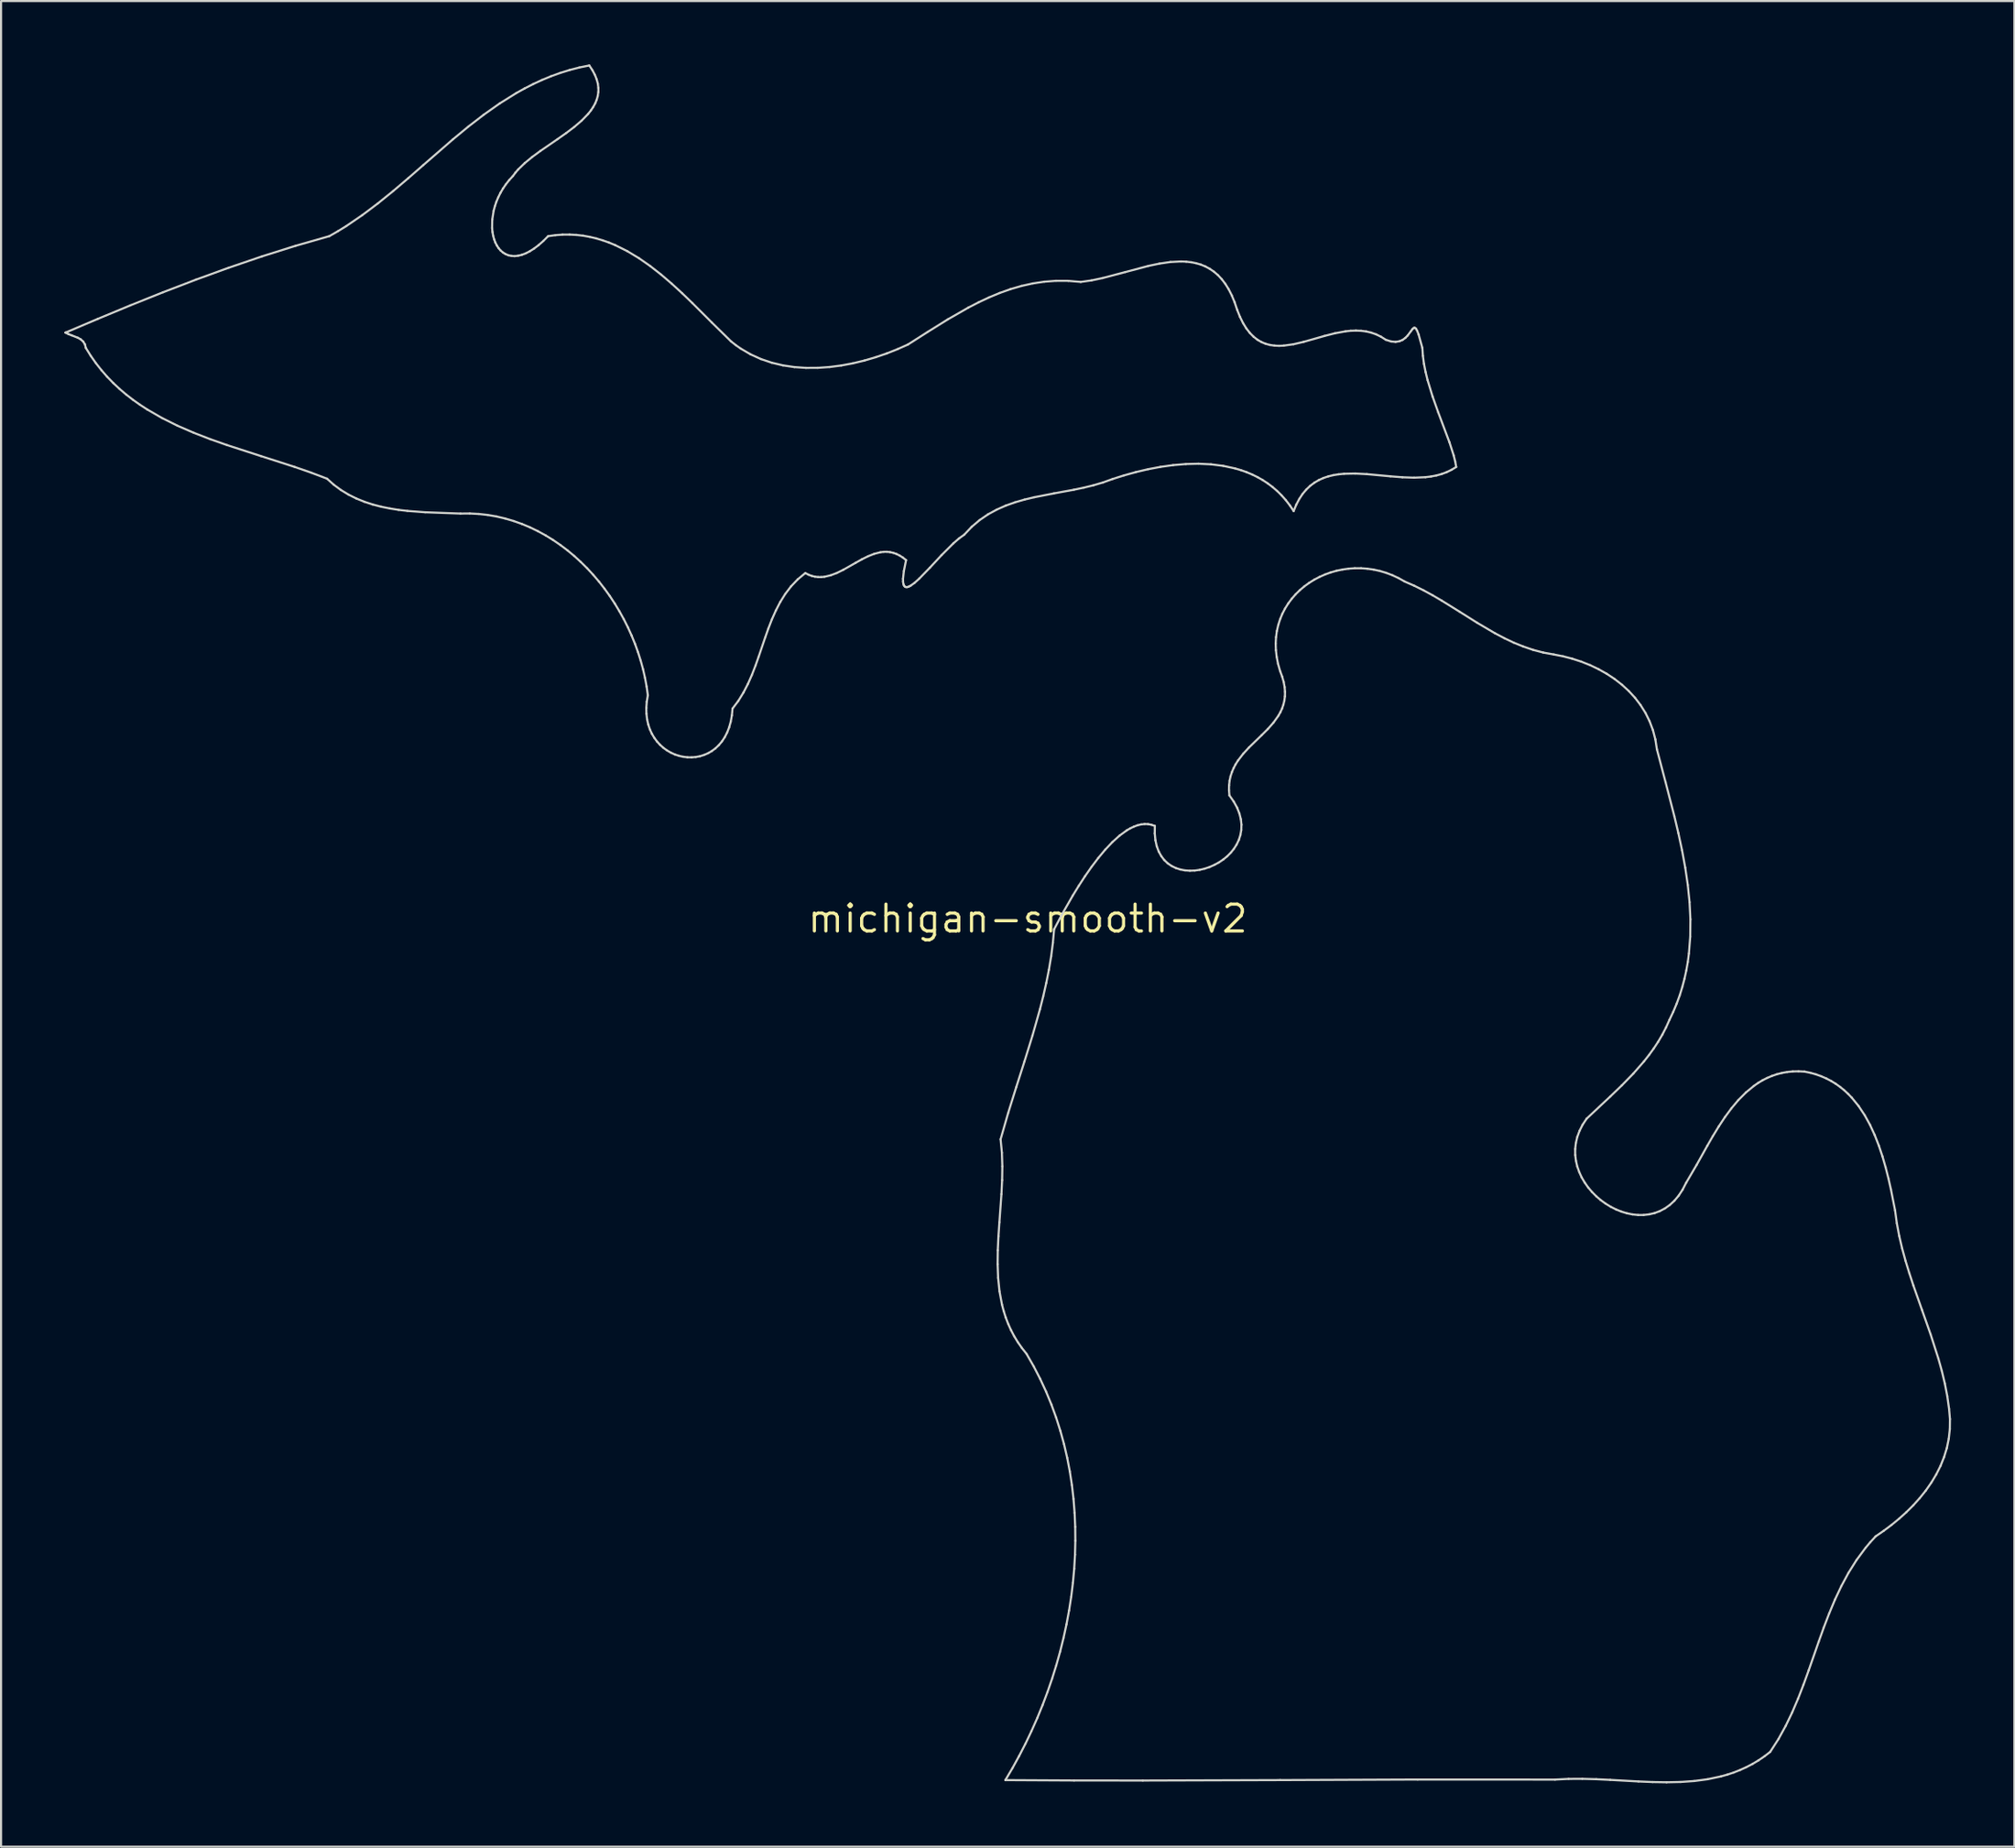
<source format=kicad_pcb>
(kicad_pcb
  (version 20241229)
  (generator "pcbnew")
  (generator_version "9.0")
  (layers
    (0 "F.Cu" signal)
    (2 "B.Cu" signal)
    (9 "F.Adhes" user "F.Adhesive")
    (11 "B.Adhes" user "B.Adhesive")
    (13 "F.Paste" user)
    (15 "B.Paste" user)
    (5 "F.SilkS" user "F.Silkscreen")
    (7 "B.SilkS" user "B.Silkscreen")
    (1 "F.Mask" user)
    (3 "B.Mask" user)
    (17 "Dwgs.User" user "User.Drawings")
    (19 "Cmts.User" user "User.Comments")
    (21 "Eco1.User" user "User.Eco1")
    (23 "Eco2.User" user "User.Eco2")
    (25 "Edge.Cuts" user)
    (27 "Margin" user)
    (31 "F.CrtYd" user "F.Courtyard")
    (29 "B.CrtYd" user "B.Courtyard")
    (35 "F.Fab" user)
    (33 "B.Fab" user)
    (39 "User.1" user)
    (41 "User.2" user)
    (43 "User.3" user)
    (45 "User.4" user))
  (footprint "michigan-smooth-v2"
    (layer "F.Cu")
    (at 45.597 40.449)
    (property "Reference" "michigan-smooth-v2" (at 0 0 0) (layer "F.SilkS") (effects (font (size 1.27 1.27) (thickness 0.15))))
    (attr through_hole)
    (fp_line (start -45.547 -27.75) (end -44.016 -28.401) (stroke (width 0.1) (type solid)) (layer "Edge.Cuts"))
    (fp_line (start -45.547 -27.75) (end -45.547 -27.75) (stroke (width 0.1) (type solid)) (layer "Edge.Cuts"))
    (fp_line (start -45.408 -27.68) (end -45.547 -27.75) (stroke (width 0.1) (type solid)) (layer "Edge.Cuts"))
    (fp_line (start -45.258 -27.622) (end -45.408 -27.68) (stroke (width 0.1) (type solid)) (layer "Edge.Cuts"))
    (fp_line (start -44.958 -27.505) (end -45.258 -27.622) (stroke (width 0.1) (type solid)) (layer "Edge.Cuts"))
    (fp_line (start -44.823 -27.429) (end -44.958 -27.505) (stroke (width 0.1) (type solid)) (layer "Edge.Cuts"))
    (fp_line (start -44.711 -27.329) (end -44.823 -27.429) (stroke (width 0.1) (type solid)) (layer "Edge.Cuts"))
    (fp_line (start -44.629 -27.197) (end -44.711 -27.329) (stroke (width 0.1) (type solid)) (layer "Edge.Cuts"))
    (fp_line (start -44.584 -27.025) (end -44.629 -27.197) (stroke (width 0.1) (type solid)) (layer "Edge.Cuts"))
    (fp_line (start -44.354 -26.655) (end -44.584 -27.025) (stroke (width 0.1) (type solid)) (layer "Edge.Cuts"))
    (fp_line (start -44.108 -26.304) (end -44.354 -26.655) (stroke (width 0.1) (type solid)) (layer "Edge.Cuts"))
    (fp_line (start -44.016 -28.401) (end -42.479 -29.039) (stroke (width 0.1) (type solid)) (layer "Edge.Cuts"))
    (fp_line (start -43.847 -25.973) (end -44.108 -26.304) (stroke (width 0.1) (type solid)) (layer "Edge.Cuts"))
    (fp_line (start -43.574 -25.66) (end -43.847 -25.973) (stroke (width 0.1) (type solid)) (layer "Edge.Cuts"))
    (fp_line (start -43.287 -25.364) (end -43.574 -25.66) (stroke (width 0.1) (type solid)) (layer "Edge.Cuts"))
    (fp_line (start -42.988 -25.084) (end -43.287 -25.364) (stroke (width 0.1) (type solid)) (layer "Edge.Cuts"))
    (fp_line (start -42.678 -24.82) (end -42.988 -25.084) (stroke (width 0.1) (type solid)) (layer "Edge.Cuts"))
    (fp_line (start -42.479 -29.039) (end -40.934 -29.659) (stroke (width 0.1) (type solid)) (layer "Edge.Cuts"))
    (fp_line (start -42.356 -24.571) (end -42.678 -24.82) (stroke (width 0.1) (type solid)) (layer "Edge.Cuts"))
    (fp_line (start -42.025 -24.336) (end -42.356 -24.571) (stroke (width 0.1) (type solid)) (layer "Edge.Cuts"))
    (fp_line (start -41.684 -24.114) (end -42.025 -24.336) (stroke (width 0.1) (type solid)) (layer "Edge.Cuts"))
    (fp_line (start -40.976 -23.705) (end -41.684 -24.114) (stroke (width 0.1) (type solid)) (layer "Edge.Cuts"))
    (fp_line (start -40.934 -29.659) (end -39.38 -30.255) (stroke (width 0.1) (type solid)) (layer "Edge.Cuts"))
    (fp_line (start -40.239 -23.338) (end -40.976 -23.705) (stroke (width 0.1) (type solid)) (layer "Edge.Cuts"))
    (fp_line (start -39.477 -23.007) (end -40.239 -23.338) (stroke (width 0.1) (type solid)) (layer "Edge.Cuts"))
    (fp_line (start -39.38 -30.255) (end -37.817 -30.824) (stroke (width 0.1) (type solid)) (layer "Edge.Cuts"))
    (fp_line (start -38.697 -22.705) (end -39.477 -23.007) (stroke (width 0.1) (type solid)) (layer "Edge.Cuts"))
    (fp_line (start -37.903 -22.425) (end -38.697 -22.705) (stroke (width 0.1) (type solid)) (layer "Edge.Cuts"))
    (fp_line (start -37.817 -30.824) (end -36.242 -31.361) (stroke (width 0.1) (type solid)) (layer "Edge.Cuts"))
    (fp_line (start -36.298 -21.904) (end -37.903 -22.425) (stroke (width 0.1) (type solid)) (layer "Edge.Cuts"))
    (fp_line (start -36.242 -31.361) (end -34.655 -31.861) (stroke (width 0.1) (type solid)) (layer "Edge.Cuts"))
    (fp_line (start -34.705 -21.392) (end -36.298 -21.904) (stroke (width 0.1) (type solid)) (layer "Edge.Cuts"))
    (fp_line (start -34.655 -31.861) (end -33.055 -32.319) (stroke (width 0.1) (type solid)) (layer "Edge.Cuts"))
    (fp_line (start -33.927 -21.122) (end -34.705 -21.392) (stroke (width 0.1) (type solid)) (layer "Edge.Cuts"))
    (fp_line (start -33.168 -20.833) (end -33.927 -21.122) (stroke (width 0.1) (type solid)) (layer "Edge.Cuts"))
    (fp_line (start -33.055 -32.319) (end -32.655 -32.549) (stroke (width 0.1) (type solid)) (layer "Edge.Cuts"))
    (fp_line (start -32.847 -20.546) (end -33.168 -20.833) (stroke (width 0.1) (type solid)) (layer "Edge.Cuts"))
    (fp_line (start -32.655 -32.549) (end -32.263 -32.791) (stroke (width 0.1) (type solid)) (layer "Edge.Cuts"))
    (fp_line (start -32.507 -20.295) (end -32.847 -20.546) (stroke (width 0.1) (type solid)) (layer "Edge.Cuts"))
    (fp_line (start -32.263 -32.791) (end -31.5 -33.312) (stroke (width 0.1) (type solid)) (layer "Edge.Cuts"))
    (fp_line (start -32.152 -20.08) (end -32.507 -20.295) (stroke (width 0.1) (type solid)) (layer "Edge.Cuts"))
    (fp_line (start -31.783 -19.896) (end -32.152 -20.08) (stroke (width 0.1) (type solid)) (layer "Edge.Cuts"))
    (fp_line (start -31.5 -33.312) (end -30.758 -33.87) (stroke (width 0.1) (type solid)) (layer "Edge.Cuts"))
    (fp_line (start -31.402 -19.741) (end -31.783 -19.896) (stroke (width 0.1) (type solid)) (layer "Edge.Cuts"))
    (fp_line (start -31.009 -19.612) (end -31.402 -19.741) (stroke (width 0.1) (type solid)) (layer "Edge.Cuts"))
    (fp_line (start -30.758 -33.87) (end -30.033 -34.457) (stroke (width 0.1) (type solid)) (layer "Edge.Cuts"))
    (fp_line (start -30.607 -19.507) (end -31.009 -19.612) (stroke (width 0.1) (type solid)) (layer "Edge.Cuts"))
    (fp_line (start -30.198 -19.424) (end -30.607 -19.507) (stroke (width 0.1) (type solid)) (layer "Edge.Cuts"))
    (fp_line (start -30.033 -34.457) (end -29.321 -35.063) (stroke (width 0.1) (type solid)) (layer "Edge.Cuts"))
    (fp_line (start -29.783 -19.358) (end -30.198 -19.424) (stroke (width 0.1) (type solid)) (layer "Edge.Cuts"))
    (fp_line (start -29.364 -19.308) (end -29.783 -19.358) (stroke (width 0.1) (type solid)) (layer "Edge.Cuts"))
    (fp_line (start -29.321 -35.063) (end -28.614 -35.68) (stroke (width 0.1) (type solid)) (layer "Edge.Cuts"))
    (fp_line (start -28.614 -35.68) (end -27.2 -36.909) (stroke (width 0.1) (type solid)) (layer "Edge.Cuts"))
    (fp_line (start -28.519 -19.244) (end -29.364 -19.308) (stroke (width 0.1) (type solid)) (layer "Edge.Cuts"))
    (fp_line (start -27.2 -36.909) (end -26.482 -37.502) (stroke (width 0.1) (type solid)) (layer "Edge.Cuts"))
    (fp_line (start -26.851 -19.182) (end -28.519 -19.244) (stroke (width 0.1) (type solid)) (layer "Edge.Cuts"))
    (fp_line (start -26.482 -37.502) (end -25.749 -38.068) (stroke (width 0.1) (type solid)) (layer "Edge.Cuts"))
    (fp_line (start -26.415 -19.186) (end -26.851 -19.182) (stroke (width 0.1) (type solid)) (layer "Edge.Cuts"))
    (fp_line (start -25.985 -19.163) (end -26.415 -19.186) (stroke (width 0.1) (type solid)) (layer "Edge.Cuts"))
    (fp_line (start -25.749 -38.068) (end -24.996 -38.6) (stroke (width 0.1) (type solid)) (layer "Edge.Cuts"))
    (fp_line (start -25.562 -19.116) (end -25.985 -19.163) (stroke (width 0.1) (type solid)) (layer "Edge.Cuts"))
    (fp_line (start -25.354 -32.704) (end -25.336 -32.517) (stroke (width 0.1) (type solid)) (layer "Edge.Cuts"))
    (fp_line (start -25.347 -33.102) (end -25.354 -32.704) (stroke (width 0.1) (type solid)) (layer "Edge.Cuts"))
    (fp_line (start -25.336 -32.517) (end -25.305 -32.338) (stroke (width 0.1) (type solid)) (layer "Edge.Cuts"))
    (fp_line (start -25.305 -32.338) (end -25.259 -32.171) (stroke (width 0.1) (type solid)) (layer "Edge.Cuts"))
    (fp_line (start -25.28 -33.52) (end -25.347 -33.102) (stroke (width 0.1) (type solid)) (layer "Edge.Cuts"))
    (fp_line (start -25.259 -32.171) (end -25.2 -32.015) (stroke (width 0.1) (type solid)) (layer "Edge.Cuts"))
    (fp_line (start -25.224 -33.732) (end -25.28 -33.52) (stroke (width 0.1) (type solid)) (layer "Edge.Cuts"))
    (fp_line (start -25.2 -32.015) (end -25.128 -31.873) (stroke (width 0.1) (type solid)) (layer "Edge.Cuts"))
    (fp_line (start -25.151 -33.946) (end -25.224 -33.732) (stroke (width 0.1) (type solid)) (layer "Edge.Cuts"))
    (fp_line (start -25.146 -19.044) (end -25.562 -19.116) (stroke (width 0.1) (type solid)) (layer "Edge.Cuts"))
    (fp_line (start -25.128 -31.873) (end -25.044 -31.745) (stroke (width 0.1) (type solid)) (layer "Edge.Cuts"))
    (fp_line (start -25.062 -34.159) (end -25.151 -33.946) (stroke (width 0.1) (type solid)) (layer "Edge.Cuts"))
    (fp_line (start -25.044 -31.745) (end -24.947 -31.634) (stroke (width 0.1) (type solid)) (layer "Edge.Cuts"))
    (fp_line (start -24.996 -38.6) (end -24.219 -39.086) (stroke (width 0.1) (type solid)) (layer "Edge.Cuts"))
    (fp_line (start -24.957 -34.37) (end -25.062 -34.159) (stroke (width 0.1) (type solid)) (layer "Edge.Cuts"))
    (fp_line (start -24.947 -31.634) (end -24.838 -31.541) (stroke (width 0.1) (type solid)) (layer "Edge.Cuts"))
    (fp_line (start -24.838 -31.541) (end -24.717 -31.467) (stroke (width 0.1) (type solid)) (layer "Edge.Cuts"))
    (fp_line (start -24.835 -34.578) (end -24.957 -34.37) (stroke (width 0.1) (type solid)) (layer "Edge.Cuts"))
    (fp_line (start -24.738 -18.948) (end -25.146 -19.044) (stroke (width 0.1) (type solid)) (layer "Edge.Cuts"))
    (fp_line (start -24.717 -31.467) (end -24.585 -31.413) (stroke (width 0.1) (type solid)) (layer "Edge.Cuts"))
    (fp_line (start -24.696 -34.78) (end -24.835 -34.578) (stroke (width 0.1) (type solid)) (layer "Edge.Cuts"))
    (fp_line (start -24.585 -31.413) (end -24.441 -31.382) (stroke (width 0.1) (type solid)) (layer "Edge.Cuts"))
    (fp_line (start -24.54 -34.977) (end -24.696 -34.78) (stroke (width 0.1) (type solid)) (layer "Edge.Cuts"))
    (fp_line (start -24.441 -31.382) (end -24.287 -31.373) (stroke (width 0.1) (type solid)) (layer "Edge.Cuts"))
    (fp_line (start -24.366 -35.166) (end -24.54 -34.977) (stroke (width 0.1) (type solid)) (layer "Edge.Cuts"))
    (fp_line (start -24.338 -18.83) (end -24.738 -18.948) (stroke (width 0.1) (type solid)) (layer "Edge.Cuts"))
    (fp_line (start -24.287 -31.373) (end -24.123 -31.39) (stroke (width 0.1) (type solid)) (layer "Edge.Cuts"))
    (fp_line (start -24.25 -35.323) (end -24.366 -35.166) (stroke (width 0.1) (type solid)) (layer "Edge.Cuts"))
    (fp_line (start -24.219 -39.086) (end -23.819 -39.309) (stroke (width 0.1) (type solid)) (layer "Edge.Cuts"))
    (fp_line (start -24.123 -31.39) (end -23.948 -31.432) (stroke (width 0.1) (type solid)) (layer "Edge.Cuts"))
    (fp_line (start -24.118 -35.477) (end -24.25 -35.323) (stroke (width 0.1) (type solid)) (layer "Edge.Cuts"))
    (fp_line (start -23.948 -31.432) (end -23.763 -31.502) (stroke (width 0.1) (type solid)) (layer "Edge.Cuts"))
    (fp_line (start -23.945 -18.69) (end -24.338 -18.83) (stroke (width 0.1) (type solid)) (layer "Edge.Cuts"))
    (fp_line (start -23.819 -39.309) (end -23.411 -39.518) (stroke (width 0.1) (type solid)) (layer "Edge.Cuts"))
    (fp_line (start -23.81 -35.776) (end -24.118 -35.477) (stroke (width 0.1) (type solid)) (layer "Edge.Cuts"))
    (fp_line (start -23.763 -31.502) (end -23.569 -31.602) (stroke (width 0.1) (type solid)) (layer "Edge.Cuts"))
    (fp_line (start -23.569 -31.602) (end -23.365 -31.731) (stroke (width 0.1) (type solid)) (layer "Edge.Cuts"))
    (fp_line (start -23.562 -18.53) (end -23.945 -18.69) (stroke (width 0.1) (type solid)) (layer "Edge.Cuts"))
    (fp_line (start -23.456 -36.067) (end -23.81 -35.776) (stroke (width 0.1) (type solid)) (layer "Edge.Cuts"))
    (fp_line (start -23.411 -39.518) (end -22.994 -39.711) (stroke (width 0.1) (type solid)) (layer "Edge.Cuts"))
    (fp_line (start -23.365 -31.731) (end -23.153 -31.892) (stroke (width 0.1) (type solid)) (layer "Edge.Cuts"))
    (fp_line (start -23.188 -18.349) (end -23.562 -18.53) (stroke (width 0.1) (type solid)) (layer "Edge.Cuts"))
    (fp_line (start -23.153 -31.892) (end -22.932 -32.087) (stroke (width 0.1) (type solid)) (layer "Edge.Cuts"))
    (fp_line (start -23.069 -36.351) (end -23.456 -36.067) (stroke (width 0.1) (type solid)) (layer "Edge.Cuts"))
    (fp_line (start -22.994 -39.711) (end -22.568 -39.887) (stroke (width 0.1) (type solid)) (layer "Edge.Cuts"))
    (fp_line (start -22.932 -32.087) (end -22.703 -32.316) (stroke (width 0.1) (type solid)) (layer "Edge.Cuts"))
    (fp_line (start -22.823 -18.149) (end -23.188 -18.349) (stroke (width 0.1) (type solid)) (layer "Edge.Cuts"))
    (fp_line (start -22.703 -32.316) (end -22.359 -32.364) (stroke (width 0.1) (type solid)) (layer "Edge.Cuts"))
    (fp_line (start -22.568 -39.887) (end -22.131 -40.045) (stroke (width 0.1) (type solid)) (layer "Edge.Cuts"))
    (fp_line (start -22.468 -17.93) (end -22.823 -18.149) (stroke (width 0.1) (type solid)) (layer "Edge.Cuts"))
    (fp_line (start -22.359 -32.364) (end -22.021 -32.389) (stroke (width 0.1) (type solid)) (layer "Edge.Cuts"))
    (fp_line (start -22.25 -36.915) (end -23.069 -36.351) (stroke (width 0.1) (type solid)) (layer "Edge.Cuts"))
    (fp_line (start -22.131 -40.045) (end -21.684 -40.184) (stroke (width 0.1) (type solid)) (layer "Edge.Cuts"))
    (fp_line (start -22.123 -17.694) (end -22.468 -17.93) (stroke (width 0.1) (type solid)) (layer "Edge.Cuts"))
    (fp_line (start -22.021 -32.389) (end -21.69 -32.392) (stroke (width 0.1) (type solid)) (layer "Edge.Cuts"))
    (fp_line (start -21.846 -37.2) (end -22.25 -36.915) (stroke (width 0.1) (type solid)) (layer "Edge.Cuts"))
    (fp_line (start -21.789 -17.442) (end -22.123 -17.694) (stroke (width 0.1) (type solid)) (layer "Edge.Cuts"))
    (fp_line (start -21.69 -32.392) (end -21.365 -32.375) (stroke (width 0.1) (type solid)) (layer "Edge.Cuts"))
    (fp_line (start -21.684 -40.184) (end -21.225 -40.303) (stroke (width 0.1) (type solid)) (layer "Edge.Cuts"))
    (fp_line (start -21.466 -17.173) (end -21.789 -17.442) (stroke (width 0.1) (type solid)) (layer "Edge.Cuts"))
    (fp_line (start -21.462 -37.491) (end -21.846 -37.2) (stroke (width 0.1) (type solid)) (layer "Edge.Cuts"))
    (fp_line (start -21.365 -32.375) (end -21.046 -32.339) (stroke (width 0.1) (type solid)) (layer "Edge.Cuts"))
    (fp_line (start -21.225 -40.303) (end -20.754 -40.399) (stroke (width 0.1) (type solid)) (layer "Edge.Cuts"))
    (fp_line (start -21.155 -16.889) (end -21.466 -17.173) (stroke (width 0.1) (type solid)) (layer "Edge.Cuts"))
    (fp_line (start -21.112 -37.791) (end -21.462 -37.491) (stroke (width 0.1) (type solid)) (layer "Edge.Cuts"))
    (fp_line (start -21.046 -32.339) (end -20.732 -32.283) (stroke (width 0.1) (type solid)) (layer "Edge.Cuts"))
    (fp_line (start -20.855 -16.592) (end -21.155 -16.889) (stroke (width 0.1) (type solid)) (layer "Edge.Cuts"))
    (fp_line (start -20.81 -38.103) (end -21.112 -37.791) (stroke (width 0.1) (type solid)) (layer "Edge.Cuts"))
    (fp_line (start -20.754 -40.399) (end -20.604 -40.172) (stroke (width 0.1) (type solid)) (layer "Edge.Cuts"))
    (fp_line (start -20.732 -32.283) (end -20.424 -32.21) (stroke (width 0.1) (type solid)) (layer "Edge.Cuts"))
    (fp_line (start -20.681 -38.265) (end -20.81 -38.103) (stroke (width 0.1) (type solid)) (layer "Edge.Cuts"))
    (fp_line (start -20.604 -40.172) (end -20.487 -39.952) (stroke (width 0.1) (type solid)) (layer "Edge.Cuts"))
    (fp_line (start -20.569 -38.431) (end -20.681 -38.265) (stroke (width 0.1) (type solid)) (layer "Edge.Cuts"))
    (fp_line (start -20.567 -16.28) (end -20.855 -16.592) (stroke (width 0.1) (type solid)) (layer "Edge.Cuts"))
    (fp_line (start -20.487 -39.952) (end -20.403 -39.739) (stroke (width 0.1) (type solid)) (layer "Edge.Cuts"))
    (fp_line (start -20.476 -38.601) (end -20.569 -38.431) (stroke (width 0.1) (type solid)) (layer "Edge.Cuts"))
    (fp_line (start -20.424 -32.21) (end -20.122 -32.12) (stroke (width 0.1) (type solid)) (layer "Edge.Cuts"))
    (fp_line (start -20.403 -38.776) (end -20.476 -38.601) (stroke (width 0.1) (type solid)) (layer "Edge.Cuts"))
    (fp_line (start -20.403 -39.739) (end -20.349 -39.534) (stroke (width 0.1) (type solid)) (layer "Edge.Cuts"))
    (fp_line (start -20.353 -38.957) (end -20.403 -38.776) (stroke (width 0.1) (type solid)) (layer "Edge.Cuts"))
    (fp_line (start -20.349 -39.534) (end -20.324 -39.335) (stroke (width 0.1) (type solid)) (layer "Edge.Cuts"))
    (fp_line (start -20.325 -39.143) (end -20.353 -38.957) (stroke (width 0.1) (type solid)) (layer "Edge.Cuts"))
    (fp_line (start -20.324 -39.335) (end -20.325 -39.143) (stroke (width 0.1) (type solid)) (layer "Edge.Cuts"))
    (fp_line (start -20.292 -15.957) (end -20.567 -16.28) (stroke (width 0.1) (type solid)) (layer "Edge.Cuts"))
    (fp_line (start -20.122 -32.12) (end -19.825 -32.015) (stroke (width 0.1) (type solid)) (layer "Edge.Cuts"))
    (fp_line (start -20.03 -15.621) (end -20.292 -15.957) (stroke (width 0.1) (type solid)) (layer "Edge.Cuts"))
    (fp_line (start -19.825 -32.015) (end -19.533 -31.894) (stroke (width 0.1) (type solid)) (layer "Edge.Cuts"))
    (fp_line (start -19.781 -15.275) (end -20.03 -15.621) (stroke (width 0.1) (type solid)) (layer "Edge.Cuts"))
    (fp_line (start -19.547 -14.919) (end -19.781 -15.275) (stroke (width 0.1) (type solid)) (layer "Edge.Cuts"))
    (fp_line (start -19.533 -31.894) (end -18.963 -31.611) (stroke (width 0.1) (type solid)) (layer "Edge.Cuts"))
    (fp_line (start -19.326 -14.553) (end -19.547 -14.919) (stroke (width 0.1) (type solid)) (layer "Edge.Cuts"))
    (fp_line (start -19.12 -14.18) (end -19.326 -14.553) (stroke (width 0.1) (type solid)) (layer "Edge.Cuts"))
    (fp_line (start -18.963 -31.611) (end -18.412 -31.28) (stroke (width 0.1) (type solid)) (layer "Edge.Cuts"))
    (fp_line (start -18.928 -13.798) (end -19.12 -14.18) (stroke (width 0.1) (type solid)) (layer "Edge.Cuts"))
    (fp_line (start -18.752 -13.411) (end -18.928 -13.798) (stroke (width 0.1) (type solid)) (layer "Edge.Cuts"))
    (fp_line (start -18.592 -13.017) (end -18.752 -13.411) (stroke (width 0.1) (type solid)) (layer "Edge.Cuts"))
    (fp_line (start -18.448 -12.618) (end -18.592 -13.017) (stroke (width 0.1) (type solid)) (layer "Edge.Cuts"))
    (fp_line (start -18.412 -31.28) (end -17.877 -30.907) (stroke (width 0.1) (type solid)) (layer "Edge.Cuts"))
    (fp_line (start -18.32 -12.216) (end -18.448 -12.618) (stroke (width 0.1) (type solid)) (layer "Edge.Cuts"))
    (fp_line (start -18.209 -11.809) (end -18.32 -12.216) (stroke (width 0.1) (type solid)) (layer "Edge.Cuts"))
    (fp_line (start -18.116 -11.401) (end -18.209 -11.809) (stroke (width 0.1) (type solid)) (layer "Edge.Cuts"))
    (fp_line (start -18.055 -9.981) (end -18.033 -10.273) (stroke (width 0.1) (type solid)) (layer "Edge.Cuts"))
    (fp_line (start -18.049 -9.705) (end -18.055 -9.981) (stroke (width 0.1) (type solid)) (layer "Edge.Cuts"))
    (fp_line (start -18.04 -10.991) (end -18.116 -11.401) (stroke (width 0.1) (type solid)) (layer "Edge.Cuts"))
    (fp_line (start -18.033 -10.273) (end -17.982 -10.58) (stroke (width 0.1) (type solid)) (layer "Edge.Cuts"))
    (fp_line (start -18.019 -9.444) (end -18.049 -9.705) (stroke (width 0.1) (type solid)) (layer "Edge.Cuts"))
    (fp_line (start -17.982 -10.58) (end -18.04 -10.991) (stroke (width 0.1) (type solid)) (layer "Edge.Cuts"))
    (fp_line (start -17.965 -9.199) (end -18.019 -9.444) (stroke (width 0.1) (type solid)) (layer "Edge.Cuts"))
    (fp_line (start -17.889 -8.971) (end -17.965 -9.199) (stroke (width 0.1) (type solid)) (layer "Edge.Cuts"))
    (fp_line (start -17.877 -30.907) (end -17.358 -30.5) (stroke (width 0.1) (type solid)) (layer "Edge.Cuts"))
    (fp_line (start -17.793 -8.759) (end -17.889 -8.971) (stroke (width 0.1) (type solid)) (layer "Edge.Cuts"))
    (fp_line (start -17.678 -8.565) (end -17.793 -8.759) (stroke (width 0.1) (type solid)) (layer "Edge.Cuts"))
    (fp_line (start -17.547 -8.387) (end -17.678 -8.565) (stroke (width 0.1) (type solid)) (layer "Edge.Cuts"))
    (fp_line (start -17.401 -8.228) (end -17.547 -8.387) (stroke (width 0.1) (type solid)) (layer "Edge.Cuts"))
    (fp_line (start -17.358 -30.5) (end -16.853 -30.068) (stroke (width 0.1) (type solid)) (layer "Edge.Cuts"))
    (fp_line (start -17.243 -8.087) (end -17.401 -8.228) (stroke (width 0.1) (type solid)) (layer "Edge.Cuts"))
    (fp_line (start -17.072 -7.964) (end -17.243 -8.087) (stroke (width 0.1) (type solid)) (layer "Edge.Cuts"))
    (fp_line (start -16.892 -7.861) (end -17.072 -7.964) (stroke (width 0.1) (type solid)) (layer "Edge.Cuts"))
    (fp_line (start -16.853 -30.068) (end -16.36 -29.616) (stroke (width 0.1) (type solid)) (layer "Edge.Cuts"))
    (fp_line (start -16.705 -7.776) (end -16.892 -7.861) (stroke (width 0.1) (type solid)) (layer "Edge.Cuts"))
    (fp_line (start -16.511 -7.711) (end -16.705 -7.776) (stroke (width 0.1) (type solid)) (layer "Edge.Cuts"))
    (fp_line (start -16.36 -29.616) (end -15.879 -29.152) (stroke (width 0.1) (type solid)) (layer "Edge.Cuts"))
    (fp_line (start -16.313 -7.666) (end -16.511 -7.711) (stroke (width 0.1) (type solid)) (layer "Edge.Cuts"))
    (fp_line (start -16.112 -7.642) (end -16.313 -7.666) (stroke (width 0.1) (type solid)) (layer "Edge.Cuts"))
    (fp_line (start -15.91 -7.638) (end -16.112 -7.642) (stroke (width 0.1) (type solid)) (layer "Edge.Cuts"))
    (fp_line (start -15.879 -29.152) (end -14.946 -28.22) (stroke (width 0.1) (type solid)) (layer "Edge.Cuts"))
    (fp_line (start -15.709 -7.655) (end -15.91 -7.638) (stroke (width 0.1) (type solid)) (layer "Edge.Cuts"))
    (fp_line (start -15.511 -7.693) (end -15.709 -7.655) (stroke (width 0.1) (type solid)) (layer "Edge.Cuts"))
    (fp_line (start -15.317 -7.753) (end -15.511 -7.693) (stroke (width 0.1) (type solid)) (layer "Edge.Cuts"))
    (fp_line (start -15.13 -7.835) (end -15.317 -7.753) (stroke (width 0.1) (type solid)) (layer "Edge.Cuts"))
    (fp_line (start -14.95 -7.94) (end -15.13 -7.835) (stroke (width 0.1) (type solid)) (layer "Edge.Cuts"))
    (fp_line (start -14.946 -28.22) (end -14.041 -27.331) (stroke (width 0.1) (type solid)) (layer "Edge.Cuts"))
    (fp_line (start -14.78 -8.067) (end -14.95 -7.94) (stroke (width 0.1) (type solid)) (layer "Edge.Cuts"))
    (fp_line (start -14.621 -8.218) (end -14.78 -8.067) (stroke (width 0.1) (type solid)) (layer "Edge.Cuts"))
    (fp_line (start -14.475 -8.392) (end -14.621 -8.218) (stroke (width 0.1) (type solid)) (layer "Edge.Cuts"))
    (fp_line (start -14.344 -8.59) (end -14.475 -8.392) (stroke (width 0.1) (type solid)) (layer "Edge.Cuts"))
    (fp_line (start -14.23 -8.812) (end -14.344 -8.59) (stroke (width 0.1) (type solid)) (layer "Edge.Cuts"))
    (fp_line (start -14.134 -9.058) (end -14.23 -8.812) (stroke (width 0.1) (type solid)) (layer "Edge.Cuts"))
    (fp_line (start -14.058 -9.33) (end -14.134 -9.058) (stroke (width 0.1) (type solid)) (layer "Edge.Cuts"))
    (fp_line (start -14.041 -27.331) (end -13.82 -27.158) (stroke (width 0.1) (type solid)) (layer "Edge.Cuts"))
    (fp_line (start -14.004 -9.626) (end -14.058 -9.33) (stroke (width 0.1) (type solid)) (layer "Edge.Cuts"))
    (fp_line (start -13.974 -9.949) (end -14.004 -9.626) (stroke (width 0.1) (type solid)) (layer "Edge.Cuts"))
    (fp_line (start -13.82 -27.158) (end -13.593 -26.998) (stroke (width 0.1) (type solid)) (layer "Edge.Cuts"))
    (fp_line (start -13.697 -10.316) (end -13.974 -9.949) (stroke (width 0.1) (type solid)) (layer "Edge.Cuts"))
    (fp_line (start -13.593 -26.998) (end -13.121 -26.721) (stroke (width 0.1) (type solid)) (layer "Edge.Cuts"))
    (fp_line (start -13.457 -10.705) (end -13.697 -10.316) (stroke (width 0.1) (type solid)) (layer "Edge.Cuts"))
    (fp_line (start -13.246 -11.114) (end -13.457 -10.705) (stroke (width 0.1) (type solid)) (layer "Edge.Cuts"))
    (fp_line (start -13.121 -26.721) (end -12.627 -26.497) (stroke (width 0.1) (type solid)) (layer "Edge.Cuts"))
    (fp_line (start -13.059 -11.537) (end -13.246 -11.114) (stroke (width 0.1) (type solid)) (layer "Edge.Cuts"))
    (fp_line (start -12.891 -11.971) (end -13.059 -11.537) (stroke (width 0.1) (type solid)) (layer "Edge.Cuts"))
    (fp_line (start -12.734 -12.413) (end -12.891 -11.971) (stroke (width 0.1) (type solid)) (layer "Edge.Cuts"))
    (fp_line (start -12.627 -26.497) (end -12.115 -26.324) (stroke (width 0.1) (type solid)) (layer "Edge.Cuts"))
    (fp_line (start -12.433 -13.301) (end -12.734 -12.413) (stroke (width 0.1) (type solid)) (layer "Edge.Cuts"))
    (fp_line (start -12.277 -13.741) (end -12.433 -13.301) (stroke (width 0.1) (type solid)) (layer "Edge.Cuts"))
    (fp_line (start -12.115 -26.324) (end -11.587 -26.199) (stroke (width 0.1) (type solid)) (layer "Edge.Cuts"))
    (fp_line (start -12.11 -14.172) (end -12.277 -13.741) (stroke (width 0.1) (type solid)) (layer "Edge.Cuts"))
    (fp_line (start -11.924 -14.591) (end -12.11 -14.172) (stroke (width 0.1) (type solid)) (layer "Edge.Cuts"))
    (fp_line (start -11.716 -14.994) (end -11.924 -14.591) (stroke (width 0.1) (type solid)) (layer "Edge.Cuts"))
    (fp_line (start -11.587 -26.199) (end -11.047 -26.118) (stroke (width 0.1) (type solid)) (layer "Edge.Cuts"))
    (fp_line (start -11.478 -15.376) (end -11.716 -14.994) (stroke (width 0.1) (type solid)) (layer "Edge.Cuts"))
    (fp_line (start -11.204 -15.735) (end -11.478 -15.376) (stroke (width 0.1) (type solid)) (layer "Edge.Cuts"))
    (fp_line (start -11.047 -26.118) (end -10.499 -26.08) (stroke (width 0.1) (type solid)) (layer "Edge.Cuts"))
    (fp_line (start -10.889 -16.066) (end -11.204 -15.735) (stroke (width 0.1) (type solid)) (layer "Edge.Cuts"))
    (fp_line (start -10.528 -16.366) (end -10.889 -16.066) (stroke (width 0.1) (type solid)) (layer "Edge.Cuts"))
    (fp_line (start -10.499 -26.08) (end -9.944 -26.082) (stroke (width 0.1) (type solid)) (layer "Edge.Cuts"))
    (fp_line (start -10.376 -16.287) (end -10.528 -16.366) (stroke (width 0.1) (type solid)) (layer "Edge.Cuts"))
    (fp_line (start -10.224 -16.23) (end -10.376 -16.287) (stroke (width 0.1) (type solid)) (layer "Edge.Cuts"))
    (fp_line (start -10.073 -16.194) (end -10.224 -16.23) (stroke (width 0.1) (type solid)) (layer "Edge.Cuts"))
    (fp_line (start -9.944 -26.082) (end -9.386 -26.12) (stroke (width 0.1) (type solid)) (layer "Edge.Cuts"))
    (fp_line (start -9.923 -16.176) (end -10.073 -16.194) (stroke (width 0.1) (type solid)) (layer "Edge.Cuts"))
    (fp_line (start -9.774 -16.175) (end -9.923 -16.176) (stroke (width 0.1) (type solid)) (layer "Edge.Cuts"))
    (fp_line (start -9.624 -16.189) (end -9.774 -16.175) (stroke (width 0.1) (type solid)) (layer "Edge.Cuts"))
    (fp_line (start -9.386 -26.12) (end -8.83 -26.193) (stroke (width 0.1) (type solid)) (layer "Edge.Cuts"))
    (fp_line (start -9.327 -16.258) (end -9.624 -16.189) (stroke (width 0.1) (type solid)) (layer "Edge.Cuts"))
    (fp_line (start -9.031 -16.371) (end -9.327 -16.258) (stroke (width 0.1) (type solid)) (layer "Edge.Cuts"))
    (fp_line (start -8.83 -26.193) (end -8.276 -26.296) (stroke (width 0.1) (type solid)) (layer "Edge.Cuts"))
    (fp_line (start -8.737 -16.516) (end -9.031 -16.371) (stroke (width 0.1) (type solid)) (layer "Edge.Cuts"))
    (fp_line (start -8.276 -26.296) (end -7.729 -26.428) (stroke (width 0.1) (type solid)) (layer "Edge.Cuts"))
    (fp_line (start -8.148 -16.849) (end -8.737 -16.516) (stroke (width 0.1) (type solid)) (layer "Edge.Cuts"))
    (fp_line (start -7.854 -17.014) (end -8.148 -16.849) (stroke (width 0.1) (type solid)) (layer "Edge.Cuts"))
    (fp_line (start -7.729 -26.428) (end -7.193 -26.586) (stroke (width 0.1) (type solid)) (layer "Edge.Cuts"))
    (fp_line (start -7.559 -17.161) (end -7.854 -17.014) (stroke (width 0.1) (type solid)) (layer "Edge.Cuts"))
    (fp_line (start -7.264 -17.277) (end -7.559 -17.161) (stroke (width 0.1) (type solid)) (layer "Edge.Cuts"))
    (fp_line (start -7.193 -26.586) (end -6.669 -26.766) (stroke (width 0.1) (type solid)) (layer "Edge.Cuts"))
    (fp_line (start -6.967 -17.351) (end -7.264 -17.277) (stroke (width 0.1) (type solid)) (layer "Edge.Cuts"))
    (fp_line (start -6.818 -17.369) (end -6.967 -17.351) (stroke (width 0.1) (type solid)) (layer "Edge.Cuts"))
    (fp_line (start -6.669 -26.766) (end -6.161 -26.967) (stroke (width 0.1) (type solid)) (layer "Edge.Cuts"))
    (fp_line (start -6.668 -17.371) (end -6.818 -17.369) (stroke (width 0.1) (type solid)) (layer "Edge.Cuts"))
    (fp_line (start -6.518 -17.356) (end -6.668 -17.371) (stroke (width 0.1) (type solid)) (layer "Edge.Cuts"))
    (fp_line (start -6.367 -17.323) (end -6.518 -17.356) (stroke (width 0.1) (type solid)) (layer "Edge.Cuts"))
    (fp_line (start -6.216 -17.27) (end -6.367 -17.323) (stroke (width 0.1) (type solid)) (layer "Edge.Cuts"))
    (fp_line (start -6.161 -26.967) (end -5.673 -27.185) (stroke (width 0.1) (type solid)) (layer "Edge.Cuts"))
    (fp_line (start -6.065 -17.196) (end -6.216 -17.27) (stroke (width 0.1) (type solid)) (layer "Edge.Cuts"))
    (fp_line (start -5.912 -17.099) (end -6.065 -17.196) (stroke (width 0.1) (type solid)) (layer "Edge.Cuts"))
    (fp_line (start -5.904 -16.092) (end -5.863 -16.463) (stroke (width 0.1) (type solid)) (layer "Edge.Cuts"))
    (fp_line (start -5.902 -15.956) (end -5.904 -16.092) (stroke (width 0.1) (type solid)) (layer "Edge.Cuts"))
    (fp_line (start -5.887 -15.851) (end -5.902 -15.956) (stroke (width 0.1) (type solid)) (layer "Edge.Cuts"))
    (fp_line (start -5.863 -16.463) (end -5.759 -16.977) (stroke (width 0.1) (type solid)) (layer "Edge.Cuts"))
    (fp_line (start -5.858 -15.774) (end -5.887 -15.851) (stroke (width 0.1) (type solid)) (layer "Edge.Cuts"))
    (fp_line (start -5.818 -15.725) (end -5.858 -15.774) (stroke (width 0.1) (type solid)) (layer "Edge.Cuts"))
    (fp_line (start -5.766 -15.701) (end -5.818 -15.725) (stroke (width 0.1) (type solid)) (layer "Edge.Cuts"))
    (fp_line (start -5.759 -16.977) (end -5.912 -17.099) (stroke (width 0.1) (type solid)) (layer "Edge.Cuts"))
    (fp_line (start -5.703 -15.701) (end -5.766 -15.701) (stroke (width 0.1) (type solid)) (layer "Edge.Cuts"))
    (fp_line (start -5.673 -27.185) (end -4.731 -27.786) (stroke (width 0.1) (type solid)) (layer "Edge.Cuts"))
    (fp_line (start -5.63 -15.723) (end -5.703 -15.701) (stroke (width 0.1) (type solid)) (layer "Edge.Cuts"))
    (fp_line (start -5.547 -15.765) (end -5.63 -15.723) (stroke (width 0.1) (type solid)) (layer "Edge.Cuts"))
    (fp_line (start -5.356 -15.902) (end -5.547 -15.765) (stroke (width 0.1) (type solid)) (layer "Edge.Cuts"))
    (fp_line (start -5.137 -16.1) (end -5.356 -15.902) (stroke (width 0.1) (type solid)) (layer "Edge.Cuts"))
    (fp_line (start -4.731 -27.786) (end -3.783 -28.377) (stroke (width 0.1) (type solid)) (layer "Edge.Cuts"))
    (fp_line (start -4.632 -16.62) (end -5.137 -16.1) (stroke (width 0.1) (type solid)) (layer "Edge.Cuts"))
    (fp_line (start -4.079 -17.214) (end -4.632 -16.62) (stroke (width 0.1) (type solid)) (layer "Edge.Cuts"))
    (fp_line (start -3.783 -28.377) (end -2.82 -28.929) (stroke (width 0.1) (type solid)) (layer "Edge.Cuts"))
    (fp_line (start -3.522 -17.771) (end -4.079 -17.214) (stroke (width 0.1) (type solid)) (layer "Edge.Cuts"))
    (fp_line (start -3.257 -18.001) (end -3.522 -17.771) (stroke (width 0.1) (type solid)) (layer "Edge.Cuts"))
    (fp_line (start -3.008 -18.18) (end -3.257 -18.001) (stroke (width 0.1) (type solid)) (layer "Edge.Cuts"))
    (fp_line (start -2.82 -28.929) (end -2.331 -29.182) (stroke (width 0.1) (type solid)) (layer "Edge.Cuts"))
    (fp_line (start -2.653 -18.555) (end -3.008 -18.18) (stroke (width 0.1) (type solid)) (layer "Edge.Cuts"))
    (fp_line (start -2.331 -29.182) (end -1.835 -29.415) (stroke (width 0.1) (type solid)) (layer "Edge.Cuts"))
    (fp_line (start -2.277 -18.874) (end -2.653 -18.555) (stroke (width 0.1) (type solid)) (layer "Edge.Cuts"))
    (fp_line (start -1.881 -19.144) (end -2.277 -18.874) (stroke (width 0.1) (type solid)) (layer "Edge.Cuts"))
    (fp_line (start -1.835 -29.415) (end -1.331 -29.625) (stroke (width 0.1) (type solid)) (layer "Edge.Cuts"))
    (fp_line (start -1.468 -19.37) (end -1.881 -19.144) (stroke (width 0.1) (type solid)) (layer "Edge.Cuts"))
    (fp_line (start -1.427 16.358) (end -1.419 15.701) (stroke (width 0.1) (type solid)) (layer "Edge.Cuts"))
    (fp_line (start -1.419 15.701) (end -1.388 15.04) (stroke (width 0.1) (type solid)) (layer "Edge.Cuts"))
    (fp_line (start -1.403 17.006) (end -1.427 16.358) (stroke (width 0.1) (type solid)) (layer "Edge.Cuts"))
    (fp_line (start -1.388 15.04) (end -1.342 14.375) (stroke (width 0.1) (type solid)) (layer "Edge.Cuts"))
    (fp_line (start -1.342 14.375) (end -1.245 13.044) (stroke (width 0.1) (type solid)) (layer "Edge.Cuts"))
    (fp_line (start -1.337 17.644) (end -1.403 17.006) (stroke (width 0.1) (type solid)) (layer "Edge.Cuts"))
    (fp_line (start -1.331 -29.625) (end -0.818 -29.808) (stroke (width 0.1) (type solid)) (layer "Edge.Cuts"))
    (fp_line (start -1.285 10.445) (end -0.931 9.212) (stroke (width 0.1) (type solid)) (layer "Edge.Cuts"))
    (fp_line (start -1.245 13.044) (end -1.212 12.383) (stroke (width 0.1) (type solid)) (layer "Edge.Cuts"))
    (fp_line (start -1.223 11.081) (end -1.285 10.445) (stroke (width 0.1) (type solid)) (layer "Edge.Cuts"))
    (fp_line (start -1.22 18.27) (end -1.337 17.644) (stroke (width 0.1) (type solid)) (layer "Edge.Cuts"))
    (fp_line (start -1.212 12.383) (end -1.202 11.728) (stroke (width 0.1) (type solid)) (layer "Edge.Cuts"))
    (fp_line (start -1.202 11.728) (end -1.223 11.081) (stroke (width 0.1) (type solid)) (layer "Edge.Cuts"))
    (fp_line (start -1.139 18.577) (end -1.22 18.27) (stroke (width 0.1) (type solid)) (layer "Edge.Cuts"))
    (fp_line (start -1.059 40.788) (end -1.059 40.789) (stroke (width 0.1) (type solid)) (layer "Edge.Cuts"))
    (fp_line (start -1.059 40.789) (end -0.726 40.225) (stroke (width 0.1) (type solid)) (layer "Edge.Cuts"))
    (fp_line (start -1.043 18.881) (end -1.139 18.577) (stroke (width 0.1) (type solid)) (layer "Edge.Cuts"))
    (fp_line (start -1.041 -19.559) (end -1.468 -19.37) (stroke (width 0.1) (type solid)) (layer "Edge.Cuts"))
    (fp_line (start -0.931 9.212) (end -0.547 7.984) (stroke (width 0.1) (type solid)) (layer "Edge.Cuts"))
    (fp_line (start -0.929 19.18) (end -1.043 18.881) (stroke (width 0.1) (type solid)) (layer "Edge.Cuts"))
    (fp_line (start -0.818 -29.808) (end -0.295 -29.96) (stroke (width 0.1) (type solid)) (layer "Edge.Cuts"))
    (fp_line (start -0.796 19.475) (end -0.929 19.18) (stroke (width 0.1) (type solid)) (layer "Edge.Cuts"))
    (fp_line (start -0.726 40.225) (end -0.409 39.648) (stroke (width 0.1) (type solid)) (layer "Edge.Cuts"))
    (fp_line (start -0.644 19.765) (end -0.796 19.475) (stroke (width 0.1) (type solid)) (layer "Edge.Cuts"))
    (fp_line (start -0.6 -19.715) (end -1.041 -19.559) (stroke (width 0.1) (type solid)) (layer "Edge.Cuts"))
    (fp_line (start -0.547 7.984) (end -0.155 6.757) (stroke (width 0.1) (type solid)) (layer "Edge.Cuts"))
    (fp_line (start -0.472 20.049) (end -0.644 19.765) (stroke (width 0.1) (type solid)) (layer "Edge.Cuts"))
    (fp_line (start -0.409 39.648) (end -0.107 39.061) (stroke (width 0.1) (type solid)) (layer "Edge.Cuts"))
    (fp_line (start -0.295 -29.96) (end 0.24 -30.079) (stroke (width 0.1) (type solid)) (layer "Edge.Cuts"))
    (fp_line (start -0.277 20.329) (end -0.472 20.049) (stroke (width 0.1) (type solid)) (layer "Edge.Cuts"))
    (fp_line (start -0.155 6.757) (end 0.226 5.528) (stroke (width 0.1) (type solid)) (layer "Edge.Cuts"))
    (fp_line (start -0.149 -19.845) (end -0.6 -19.715) (stroke (width 0.1) (type solid)) (layer "Edge.Cuts"))
    (fp_line (start -0.107 39.061) (end 0.178 38.464) (stroke (width 0.1) (type solid)) (layer "Edge.Cuts"))
    (fp_line (start -0.059 20.602) (end -0.277 20.329) (stroke (width 0.1) (type solid)) (layer "Edge.Cuts"))
    (fp_line (start 0.178 38.464) (end 0.447 37.858) (stroke (width 0.1) (type solid)) (layer "Edge.Cuts"))
    (fp_line (start 0.226 5.528) (end 0.577 4.291) (stroke (width 0.1) (type solid)) (layer "Edge.Cuts"))
    (fp_line (start 0.24 -30.079) (end 0.786 -30.161) (stroke (width 0.1) (type solid)) (layer "Edge.Cuts"))
    (fp_line (start 0.276 21.187) (end -0.059 20.602) (stroke (width 0.1) (type solid)) (layer "Edge.Cuts"))
    (fp_line (start 0.31 -19.955) (end -0.149 -19.845) (stroke (width 0.1) (type solid)) (layer "Edge.Cuts"))
    (fp_line (start 0.447 37.858) (end 0.699 37.242) (stroke (width 0.1) (type solid)) (layer "Edge.Cuts"))
    (fp_line (start 0.577 4.291) (end 0.734 3.669) (stroke (width 0.1) (type solid)) (layer "Edge.Cuts"))
    (fp_line (start 0.584 21.782) (end 0.276 21.187) (stroke (width 0.1) (type solid)) (layer "Edge.Cuts"))
    (fp_line (start 0.699 37.242) (end 0.934 36.619) (stroke (width 0.1) (type solid)) (layer "Edge.Cuts"))
    (fp_line (start 0.734 3.669) (end 0.877 3.044) (stroke (width 0.1) (type solid)) (layer "Edge.Cuts"))
    (fp_line (start 0.786 -30.161) (end 1.346 -30.203) (stroke (width 0.1) (type solid)) (layer "Edge.Cuts"))
    (fp_line (start 0.864 22.386) (end 0.584 21.782) (stroke (width 0.1) (type solid)) (layer "Edge.Cuts"))
    (fp_line (start 0.877 3.044) (end 1.002 2.415) (stroke (width 0.1) (type solid)) (layer "Edge.Cuts"))
    (fp_line (start 0.934 36.619) (end 1.151 35.989) (stroke (width 0.1) (type solid)) (layer "Edge.Cuts"))
    (fp_line (start 1.002 2.415) (end 1.108 1.782) (stroke (width 0.1) (type solid)) (layer "Edge.Cuts"))
    (fp_line (start 1.108 1.782) (end 1.19 1.144) (stroke (width 0.1) (type solid)) (layer "Edge.Cuts"))
    (fp_line (start 1.117 22.999) (end 0.864 22.386) (stroke (width 0.1) (type solid)) (layer "Edge.Cuts"))
    (fp_line (start 1.151 35.989) (end 1.35 35.353) (stroke (width 0.1) (type solid)) (layer "Edge.Cuts"))
    (fp_line (start 1.19 1.144) (end 1.248 0.501) (stroke (width 0.1) (type solid)) (layer "Edge.Cuts"))
    (fp_line (start 1.244 -20.138) (end 0.31 -19.955) (stroke (width 0.1) (type solid)) (layer "Edge.Cuts"))
    (fp_line (start 1.248 0.501) (end 1.644 -0.243) (stroke (width 0.1) (type solid)) (layer "Edge.Cuts"))
    (fp_line (start 1.343 23.62) (end 1.117 22.999) (stroke (width 0.1) (type solid)) (layer "Edge.Cuts"))
    (fp_line (start 1.346 -30.203) (end 1.92 -30.2) (stroke (width 0.1) (type solid)) (layer "Edge.Cuts"))
    (fp_line (start 1.35 35.353) (end 1.531 34.71) (stroke (width 0.1) (type solid)) (layer "Edge.Cuts"))
    (fp_line (start 1.531 34.71) (end 1.692 34.063) (stroke (width 0.1) (type solid)) (layer "Edge.Cuts"))
    (fp_line (start 1.543 24.249) (end 1.343 23.62) (stroke (width 0.1) (type solid)) (layer "Edge.Cuts"))
    (fp_line (start 1.644 -0.243) (end 2.138 -1.106) (stroke (width 0.1) (type solid)) (layer "Edge.Cuts"))
    (fp_line (start 1.692 34.063) (end 1.834 33.412) (stroke (width 0.1) (type solid)) (layer "Edge.Cuts"))
    (fp_line (start 1.718 24.884) (end 1.543 24.249) (stroke (width 0.1) (type solid)) (layer "Edge.Cuts"))
    (fp_line (start 1.834 33.412) (end 1.956 32.757) (stroke (width 0.1) (type solid)) (layer "Edge.Cuts"))
    (fp_line (start 1.867 25.525) (end 1.718 24.884) (stroke (width 0.1) (type solid)) (layer "Edge.Cuts"))
    (fp_line (start 1.92 -30.2) (end 2.509 -30.15) (stroke (width 0.1) (type solid)) (layer "Edge.Cuts"))
    (fp_line (start 1.956 32.757) (end 2.058 32.099) (stroke (width 0.1) (type solid)) (layer "Edge.Cuts"))
    (fp_line (start 1.991 26.171) (end 1.867 25.525) (stroke (width 0.1) (type solid)) (layer "Edge.Cuts"))
    (fp_line (start 2.058 32.099) (end 2.139 31.439) (stroke (width 0.1) (type solid)) (layer "Edge.Cuts"))
    (fp_line (start 2.091 26.821) (end 1.991 26.171) (stroke (width 0.1) (type solid)) (layer "Edge.Cuts"))
    (fp_line (start 2.138 -1.106) (end 2.416 -1.558) (stroke (width 0.1) (type solid)) (layer "Edge.Cuts"))
    (fp_line (start 2.139 31.439) (end 2.199 30.777) (stroke (width 0.1) (type solid)) (layer "Edge.Cuts"))
    (fp_line (start 2.166 27.476) (end 2.091 26.821) (stroke (width 0.1) (type solid)) (layer "Edge.Cuts"))
    (fp_line (start 2.185 -20.311) (end 1.244 -20.138) (stroke (width 0.1) (type solid)) (layer "Edge.Cuts"))
    (fp_line (start 2.193 40.805) (end -1.059 40.788) (stroke (width 0.1) (type solid)) (layer "Edge.Cuts"))
    (fp_line (start 2.199 30.777) (end 2.237 30.115) (stroke (width 0.1) (type solid)) (layer "Edge.Cuts"))
    (fp_line (start 2.218 28.133) (end 2.166 27.476) (stroke (width 0.1) (type solid)) (layer "Edge.Cuts"))
    (fp_line (start 2.237 30.115) (end 2.253 29.454) (stroke (width 0.1) (type solid)) (layer "Edge.Cuts"))
    (fp_line (start 2.247 28.793) (end 2.218 28.133) (stroke (width 0.1) (type solid)) (layer "Edge.Cuts"))
    (fp_line (start 2.253 29.454) (end 2.247 28.793) (stroke (width 0.1) (type solid)) (layer "Edge.Cuts"))
    (fp_line (start 2.416 -1.558) (end 2.711 -2.011) (stroke (width 0.1) (type solid)) (layer "Edge.Cuts"))
    (fp_line (start 2.509 -30.15) (end 3.019 -30.222) (stroke (width 0.1) (type solid)) (layer "Edge.Cuts"))
    (fp_line (start 2.652 -20.409) (end 2.185 -20.311) (stroke (width 0.1) (type solid)) (layer "Edge.Cuts"))
    (fp_line (start 2.711 -2.011) (end 3.02 -2.454) (stroke (width 0.1) (type solid)) (layer "Edge.Cuts"))
    (fp_line (start 3.019 -30.222) (end 3.543 -30.333) (stroke (width 0.1) (type solid)) (layer "Edge.Cuts"))
    (fp_line (start 3.02 -2.454) (end 3.341 -2.877) (stroke (width 0.1) (type solid)) (layer "Edge.Cuts"))
    (fp_line (start 3.115 -20.522) (end 2.652 -20.409) (stroke (width 0.1) (type solid)) (layer "Edge.Cuts"))
    (fp_line (start 3.341 -2.877) (end 3.671 -3.272) (stroke (width 0.1) (type solid)) (layer "Edge.Cuts"))
    (fp_line (start 3.543 -30.333) (end 4.621 -30.618) (stroke (width 0.1) (type solid)) (layer "Edge.Cuts"))
    (fp_line (start 3.57 -20.657) (end 3.115 -20.522) (stroke (width 0.1) (type solid)) (layer "Edge.Cuts"))
    (fp_line (start 3.671 -3.272) (end 4.007 -3.628) (stroke (width 0.1) (type solid)) (layer "Edge.Cuts"))
    (fp_line (start 4.007 -3.628) (end 4.347 -3.934) (stroke (width 0.1) (type solid)) (layer "Edge.Cuts"))
    (fp_line (start 4.016 -20.818) (end 3.57 -20.657) (stroke (width 0.1) (type solid)) (layer "Edge.Cuts"))
    (fp_line (start 4.347 -3.934) (end 4.689 -4.183) (stroke (width 0.1) (type solid)) (layer "Edge.Cuts"))
    (fp_line (start 4.555 -20.989) (end 4.016 -20.818) (stroke (width 0.1) (type solid)) (layer "Edge.Cuts"))
    (fp_line (start 4.621 -30.618) (end 5.704 -30.906) (stroke (width 0.1) (type solid)) (layer "Edge.Cuts"))
    (fp_line (start 4.689 -4.183) (end 4.86 -4.282) (stroke (width 0.1) (type solid)) (layer "Edge.Cuts"))
    (fp_line (start 4.86 -4.282) (end 5.029 -4.362) (stroke (width 0.1) (type solid)) (layer "Edge.Cuts"))
    (fp_line (start 5.029 -4.362) (end 5.198 -4.423) (stroke (width 0.1) (type solid)) (layer "Edge.Cuts"))
    (fp_line (start 5.116 -21.145) (end 4.555 -20.989) (stroke (width 0.1) (type solid)) (layer "Edge.Cuts"))
    (fp_line (start 5.198 -4.423) (end 5.366 -4.463) (stroke (width 0.1) (type solid)) (layer "Edge.Cuts"))
    (fp_line (start 5.366 -4.463) (end 5.532 -4.482) (stroke (width 0.1) (type solid)) (layer "Edge.Cuts"))
    (fp_line (start 5.446 40.808) (end 2.193 40.805) (stroke (width 0.1) (type solid)) (layer "Edge.Cuts"))
    (fp_line (start 5.532 -4.482) (end 5.695 -4.477) (stroke (width 0.1) (type solid)) (layer "Edge.Cuts"))
    (fp_line (start 5.694 -21.281) (end 5.116 -21.145) (stroke (width 0.1) (type solid)) (layer "Edge.Cuts"))
    (fp_line (start 5.695 -4.477) (end 5.857 -4.447) (stroke (width 0.1) (type solid)) (layer "Edge.Cuts"))
    (fp_line (start 5.704 -30.906) (end 6.236 -31.018) (stroke (width 0.1) (type solid)) (layer "Edge.Cuts"))
    (fp_line (start 5.857 -4.447) (end 6.016 -4.392) (stroke (width 0.1) (type solid)) (layer "Edge.Cuts"))
    (fp_line (start 6.012 -4.036) (end 6.043 -3.716) (stroke (width 0.1) (type solid)) (layer "Edge.Cuts"))
    (fp_line (start 6.016 -4.392) (end 6.012 -4.036) (stroke (width 0.1) (type solid)) (layer "Edge.Cuts"))
    (fp_line (start 6.043 -3.716) (end 6.106 -3.431) (stroke (width 0.1) (type solid)) (layer "Edge.Cuts"))
    (fp_line (start 6.106 -3.431) (end 6.199 -3.18) (stroke (width 0.1) (type solid)) (layer "Edge.Cuts"))
    (fp_line (start 6.199 -3.18) (end 6.319 -2.962) (stroke (width 0.1) (type solid)) (layer "Edge.Cuts"))
    (fp_line (start 6.236 -31.018) (end 6.756 -31.094) (stroke (width 0.1) (type solid)) (layer "Edge.Cuts"))
    (fp_line (start 6.284 -21.393) (end 5.694 -21.281) (stroke (width 0.1) (type solid)) (layer "Edge.Cuts"))
    (fp_line (start 6.319 -2.962) (end 6.462 -2.776) (stroke (width 0.1) (type solid)) (layer "Edge.Cuts"))
    (fp_line (start 6.462 -2.776) (end 6.627 -2.62) (stroke (width 0.1) (type solid)) (layer "Edge.Cuts"))
    (fp_line (start 6.627 -2.62) (end 6.81 -2.495) (stroke (width 0.1) (type solid)) (layer "Edge.Cuts"))
    (fp_line (start 6.756 -31.094) (end 7.258 -31.119) (stroke (width 0.1) (type solid)) (layer "Edge.Cuts"))
    (fp_line (start 6.81 -2.495) (end 7.009 -2.398) (stroke (width 0.1) (type solid)) (layer "Edge.Cuts"))
    (fp_line (start 6.881 -21.476) (end 6.284 -21.393) (stroke (width 0.1) (type solid)) (layer "Edge.Cuts"))
    (fp_line (start 7.009 -2.398) (end 7.221 -2.33) (stroke (width 0.1) (type solid)) (layer "Edge.Cuts"))
    (fp_line (start 7.221 -2.33) (end 7.443 -2.288) (stroke (width 0.1) (type solid)) (layer "Edge.Cuts"))
    (fp_line (start 7.258 -31.119) (end 7.502 -31.109) (stroke (width 0.1) (type solid)) (layer "Edge.Cuts"))
    (fp_line (start 7.443 -2.288) (end 7.672 -2.272) (stroke (width 0.1) (type solid)) (layer "Edge.Cuts"))
    (fp_line (start 7.482 -21.527) (end 6.881 -21.476) (stroke (width 0.1) (type solid)) (layer "Edge.Cuts"))
    (fp_line (start 7.502 -31.109) (end 7.739 -31.082) (stroke (width 0.1) (type solid)) (layer "Edge.Cuts"))
    (fp_line (start 7.672 -2.272) (end 7.906 -2.281) (stroke (width 0.1) (type solid)) (layer "Edge.Cuts"))
    (fp_line (start 7.739 -31.082) (end 7.97 -31.036) (stroke (width 0.1) (type solid)) (layer "Edge.Cuts"))
    (fp_line (start 7.906 -2.281) (end 8.142 -2.313) (stroke (width 0.1) (type solid)) (layer "Edge.Cuts"))
    (fp_line (start 7.97 -31.036) (end 8.194 -30.97) (stroke (width 0.1) (type solid)) (layer "Edge.Cuts"))
    (fp_line (start 8.08 -21.541) (end 7.482 -21.527) (stroke (width 0.1) (type solid)) (layer "Edge.Cuts"))
    (fp_line (start 8.142 -2.313) (end 8.376 -2.369) (stroke (width 0.1) (type solid)) (layer "Edge.Cuts"))
    (fp_line (start 8.194 -30.97) (end 8.41 -30.881) (stroke (width 0.1) (type solid)) (layer "Edge.Cuts"))
    (fp_line (start 8.376 -2.369) (end 8.608 -2.446) (stroke (width 0.1) (type solid)) (layer "Edge.Cuts"))
    (fp_line (start 8.41 -30.881) (end 8.618 -30.769) (stroke (width 0.1) (type solid)) (layer "Edge.Cuts"))
    (fp_line (start 8.608 -2.446) (end 8.832 -2.545) (stroke (width 0.1) (type solid)) (layer "Edge.Cuts"))
    (fp_line (start 8.618 -30.769) (end 8.816 -30.632) (stroke (width 0.1) (type solid)) (layer "Edge.Cuts"))
    (fp_line (start 8.671 -21.514) (end 8.08 -21.541) (stroke (width 0.1) (type solid)) (layer "Edge.Cuts"))
    (fp_line (start 8.816 -30.632) (end 9.006 -30.469) (stroke (width 0.1) (type solid)) (layer "Edge.Cuts"))
    (fp_line (start 8.832 -2.545) (end 9.048 -2.663) (stroke (width 0.1) (type solid)) (layer "Edge.Cuts"))
    (fp_line (start 9.006 -30.469) (end 9.185 -30.277) (stroke (width 0.1) (type solid)) (layer "Edge.Cuts"))
    (fp_line (start 9.048 -2.663) (end 9.251 -2.8) (stroke (width 0.1) (type solid)) (layer "Edge.Cuts"))
    (fp_line (start 9.185 -30.277) (end 9.353 -30.055) (stroke (width 0.1) (type solid)) (layer "Edge.Cuts"))
    (fp_line (start 9.251 -2.8) (end 9.44 -2.954) (stroke (width 0.1) (type solid)) (layer "Edge.Cuts"))
    (fp_line (start 9.251 -21.441) (end 8.671 -21.514) (stroke (width 0.1) (type solid)) (layer "Edge.Cuts"))
    (fp_line (start 9.353 -30.055) (end 9.511 -29.802) (stroke (width 0.1) (type solid)) (layer "Edge.Cuts"))
    (fp_line (start 9.44 -2.954) (end 9.611 -3.126) (stroke (width 0.1) (type solid)) (layer "Edge.Cuts"))
    (fp_line (start 9.511 -29.802) (end 9.656 -29.516) (stroke (width 0.1) (type solid)) (layer "Edge.Cuts"))
    (fp_line (start 9.526 -6.081) (end 9.529 -6.314) (stroke (width 0.1) (type solid)) (layer "Edge.Cuts"))
    (fp_line (start 9.529 -6.314) (end 9.554 -6.534) (stroke (width 0.1) (type solid)) (layer "Edge.Cuts"))
    (fp_line (start 9.546 -5.836) (end 9.526 -6.081) (stroke (width 0.1) (type solid)) (layer "Edge.Cuts"))
    (fp_line (start 9.554 -6.534) (end 9.599 -6.742) (stroke (width 0.1) (type solid)) (layer "Edge.Cuts"))
    (fp_line (start 9.599 -6.742) (end 9.663 -6.94) (stroke (width 0.1) (type solid)) (layer "Edge.Cuts"))
    (fp_line (start 9.611 -3.126) (end 9.762 -3.313) (stroke (width 0.1) (type solid)) (layer "Edge.Cuts"))
    (fp_line (start 9.656 -29.516) (end 9.789 -29.195) (stroke (width 0.1) (type solid)) (layer "Edge.Cuts"))
    (fp_line (start 9.663 -6.94) (end 9.743 -7.128) (stroke (width 0.1) (type solid)) (layer "Edge.Cuts"))
    (fp_line (start 9.743 -7.128) (end 9.838 -7.308) (stroke (width 0.1) (type solid)) (layer "Edge.Cuts"))
    (fp_line (start 9.75 -5.545) (end 9.546 -5.836) (stroke (width 0.1) (type solid)) (layer "Edge.Cuts"))
    (fp_line (start 9.762 -3.313) (end 9.89 -3.515) (stroke (width 0.1) (type solid)) (layer "Edge.Cuts"))
    (fp_line (start 9.789 -29.195) (end 9.909 -28.838) (stroke (width 0.1) (type solid)) (layer "Edge.Cuts"))
    (fp_line (start 9.815 -21.319) (end 9.251 -21.441) (stroke (width 0.1) (type solid)) (layer "Edge.Cuts"))
    (fp_line (start 9.838 -7.308) (end 9.946 -7.48) (stroke (width 0.1) (type solid)) (layer "Edge.Cuts"))
    (fp_line (start 9.89 -3.515) (end 9.992 -3.731) (stroke (width 0.1) (type solid)) (layer "Edge.Cuts"))
    (fp_line (start 9.907 -5.261) (end 9.75 -5.545) (stroke (width 0.1) (type solid)) (layer "Edge.Cuts"))
    (fp_line (start 9.909 -28.838) (end 10.045 -28.498) (stroke (width 0.1) (type solid)) (layer "Edge.Cuts"))
    (fp_line (start 9.946 -7.48) (end 10.194 -7.804) (stroke (width 0.1) (type solid)) (layer "Edge.Cuts"))
    (fp_line (start 9.992 -3.731) (end 10.065 -3.96) (stroke (width 0.1) (type solid)) (layer "Edge.Cuts"))
    (fp_line (start 10.018 -4.983) (end 9.907 -5.261) (stroke (width 0.1) (type solid)) (layer "Edge.Cuts"))
    (fp_line (start 10.045 -28.498) (end 10.191 -28.202) (stroke (width 0.1) (type solid)) (layer "Edge.Cuts"))
    (fp_line (start 10.065 -3.96) (end 10.107 -4.201) (stroke (width 0.1) (type solid)) (layer "Edge.Cuts"))
    (fp_line (start 10.086 -4.713) (end 10.018 -4.983) (stroke (width 0.1) (type solid)) (layer "Edge.Cuts"))
    (fp_line (start 10.089 -21.238) (end 9.815 -21.319) (stroke (width 0.1) (type solid)) (layer "Edge.Cuts"))
    (fp_line (start 10.107 -4.201) (end 10.115 -4.452) (stroke (width 0.1) (type solid)) (layer "Edge.Cuts"))
    (fp_line (start 10.115 -4.452) (end 10.086 -4.713) (stroke (width 0.1) (type solid)) (layer "Edge.Cuts"))
    (fp_line (start 10.191 -28.202) (end 10.347 -27.948) (stroke (width 0.1) (type solid)) (layer "Edge.Cuts"))
    (fp_line (start 10.194 -7.804) (end 10.474 -8.109) (stroke (width 0.1) (type solid)) (layer "Edge.Cuts"))
    (fp_line (start 10.347 -27.948) (end 10.513 -27.734) (stroke (width 0.1) (type solid)) (layer "Edge.Cuts"))
    (fp_line (start 10.357 -21.143) (end 10.089 -21.238) (stroke (width 0.1) (type solid)) (layer "Edge.Cuts"))
    (fp_line (start 10.474 -8.109) (end 11.073 -8.69) (stroke (width 0.1) (type solid)) (layer "Edge.Cuts"))
    (fp_line (start 10.513 -27.734) (end 10.688 -27.556) (stroke (width 0.1) (type solid)) (layer "Edge.Cuts"))
    (fp_line (start 10.619 -21.033) (end 10.357 -21.143) (stroke (width 0.1) (type solid)) (layer "Edge.Cuts"))
    (fp_line (start 10.688 -27.556) (end 10.871 -27.413) (stroke (width 0.1) (type solid)) (layer "Edge.Cuts"))
    (fp_line (start 10.871 -27.413) (end 11.063 -27.302) (stroke (width 0.1) (type solid)) (layer "Edge.Cuts"))
    (fp_line (start 10.874 -20.908) (end 10.619 -21.033) (stroke (width 0.1) (type solid)) (layer "Edge.Cuts"))
    (fp_line (start 11.063 -27.302) (end 11.261 -27.22) (stroke (width 0.1) (type solid)) (layer "Edge.Cuts"))
    (fp_line (start 11.073 -8.69) (end 11.364 -8.981) (stroke (width 0.1) (type solid)) (layer "Edge.Cuts"))
    (fp_line (start 11.121 -20.768) (end 10.874 -20.908) (stroke (width 0.1) (type solid)) (layer "Edge.Cuts"))
    (fp_line (start 11.261 -27.22) (end 11.467 -27.165) (stroke (width 0.1) (type solid)) (layer "Edge.Cuts"))
    (fp_line (start 11.359 -20.611) (end 11.121 -20.768) (stroke (width 0.1) (type solid)) (layer "Edge.Cuts"))
    (fp_line (start 11.364 -8.981) (end 11.63 -9.282) (stroke (width 0.1) (type solid)) (layer "Edge.Cuts"))
    (fp_line (start 11.467 -27.165) (end 11.679 -27.134) (stroke (width 0.1) (type solid)) (layer "Edge.Cuts"))
    (fp_line (start 11.589 -20.437) (end 11.359 -20.611) (stroke (width 0.1) (type solid)) (layer "Edge.Cuts"))
    (fp_line (start 11.63 -9.282) (end 11.859 -9.602) (stroke (width 0.1) (type solid)) (layer "Edge.Cuts"))
    (fp_line (start 11.679 -27.134) (end 11.897 -27.124) (stroke (width 0.1) (type solid)) (layer "Edge.Cuts"))
    (fp_line (start 11.736 -13.027) (end 11.752 -13.33) (stroke (width 0.1) (type solid)) (layer "Edge.Cuts"))
    (fp_line (start 11.746 -12.715) (end 11.736 -13.027) (stroke (width 0.1) (type solid)) (layer "Edge.Cuts"))
    (fp_line (start 11.752 -13.33) (end 11.793 -13.624) (stroke (width 0.1) (type solid)) (layer "Edge.Cuts"))
    (fp_line (start 11.783 -12.394) (end 11.746 -12.715) (stroke (width 0.1) (type solid)) (layer "Edge.Cuts"))
    (fp_line (start 11.793 -13.624) (end 11.858 -13.907) (stroke (width 0.1) (type solid)) (layer "Edge.Cuts"))
    (fp_line (start 11.81 -20.247) (end 11.589 -20.437) (stroke (width 0.1) (type solid)) (layer "Edge.Cuts"))
    (fp_line (start 11.848 -12.065) (end 11.783 -12.394) (stroke (width 0.1) (type solid)) (layer "Edge.Cuts"))
    (fp_line (start 11.858 -13.907) (end 11.945 -14.18) (stroke (width 0.1) (type solid)) (layer "Edge.Cuts"))
    (fp_line (start 11.859 -9.602) (end 11.955 -9.77) (stroke (width 0.1) (type solid)) (layer "Edge.Cuts"))
    (fp_line (start 11.897 -27.124) (end 12.121 -27.134) (stroke (width 0.1) (type solid)) (layer "Edge.Cuts"))
    (fp_line (start 11.943 -11.729) (end 11.848 -12.065) (stroke (width 0.1) (type solid)) (layer "Edge.Cuts"))
    (fp_line (start 11.945 -14.18) (end 12.053 -14.441) (stroke (width 0.1) (type solid)) (layer "Edge.Cuts"))
    (fp_line (start 11.95 40.787) (end 5.446 40.808) (stroke (width 0.1) (type solid)) (layer "Edge.Cuts"))
    (fp_line (start 11.955 -9.77) (end 12.036 -9.946) (stroke (width 0.1) (type solid)) (layer "Edge.Cuts"))
    (fp_line (start 12.02 -20.038) (end 11.81 -20.247) (stroke (width 0.1) (type solid)) (layer "Edge.Cuts"))
    (fp_line (start 12.036 -9.946) (end 12.1 -10.13) (stroke (width 0.1) (type solid)) (layer "Edge.Cuts"))
    (fp_line (start 12.043 -11.461) (end 11.943 -11.729) (stroke (width 0.1) (type solid)) (layer "Edge.Cuts"))
    (fp_line (start 12.053 -14.441) (end 12.182 -14.69) (stroke (width 0.1) (type solid)) (layer "Edge.Cuts"))
    (fp_line (start 12.1 -10.13) (end 12.146 -10.324) (stroke (width 0.1) (type solid)) (layer "Edge.Cuts"))
    (fp_line (start 12.114 -11.207) (end 12.043 -11.461) (stroke (width 0.1) (type solid)) (layer "Edge.Cuts"))
    (fp_line (start 12.121 -27.134) (end 12.582 -27.2) (stroke (width 0.1) (type solid)) (layer "Edge.Cuts"))
    (fp_line (start 12.146 -10.324) (end 12.173 -10.527) (stroke (width 0.1) (type solid)) (layer "Edge.Cuts"))
    (fp_line (start 12.158 -10.968) (end 12.114 -11.207) (stroke (width 0.1) (type solid)) (layer "Edge.Cuts"))
    (fp_line (start 12.173 -10.527) (end 12.177 -10.742) (stroke (width 0.1) (type solid)) (layer "Edge.Cuts"))
    (fp_line (start 12.177 -10.742) (end 12.158 -10.968) (stroke (width 0.1) (type solid)) (layer "Edge.Cuts"))
    (fp_line (start 12.182 -14.69) (end 12.331 -14.927) (stroke (width 0.1) (type solid)) (layer "Edge.Cuts"))
    (fp_line (start 12.22 -19.812) (end 12.02 -20.038) (stroke (width 0.1) (type solid)) (layer "Edge.Cuts"))
    (fp_line (start 12.331 -14.927) (end 12.497 -15.15) (stroke (width 0.1) (type solid)) (layer "Edge.Cuts"))
    (fp_line (start 12.409 -19.566) (end 12.22 -19.812) (stroke (width 0.1) (type solid)) (layer "Edge.Cuts"))
    (fp_line (start 12.497 -15.15) (end 12.68 -15.36) (stroke (width 0.1) (type solid)) (layer "Edge.Cuts"))
    (fp_line (start 12.582 -27.2) (end 13.059 -27.312) (stroke (width 0.1) (type solid)) (layer "Edge.Cuts"))
    (fp_line (start 12.585 -19.301) (end 12.409 -19.566) (stroke (width 0.1) (type solid)) (layer "Edge.Cuts"))
    (fp_line (start 12.68 -15.36) (end 12.879 -15.555) (stroke (width 0.1) (type solid)) (layer "Edge.Cuts"))
    (fp_line (start 12.712 -19.608) (end 12.585 -19.301) (stroke (width 0.1) (type solid)) (layer "Edge.Cuts"))
    (fp_line (start 12.855 -19.878) (end 12.712 -19.608) (stroke (width 0.1) (type solid)) (layer "Edge.Cuts"))
    (fp_line (start 12.879 -15.555) (end 13.092 -15.735) (stroke (width 0.1) (type solid)) (layer "Edge.Cuts"))
    (fp_line (start 13.013 -20.116) (end 12.855 -19.878) (stroke (width 0.1) (type solid)) (layer "Edge.Cuts"))
    (fp_line (start 13.059 -27.312) (end 14.043 -27.592) (stroke (width 0.1) (type solid)) (layer "Edge.Cuts"))
    (fp_line (start 13.092 -15.735) (end 13.319 -15.9) (stroke (width 0.1) (type solid)) (layer "Edge.Cuts"))
    (fp_line (start 13.186 -20.321) (end 13.013 -20.116) (stroke (width 0.1) (type solid)) (layer "Edge.Cuts"))
    (fp_line (start 13.319 -15.9) (end 13.558 -16.049) (stroke (width 0.1) (type solid)) (layer "Edge.Cuts"))
    (fp_line (start 13.371 -20.497) (end 13.186 -20.321) (stroke (width 0.1) (type solid)) (layer "Edge.Cuts"))
    (fp_line (start 13.558 -16.049) (end 13.808 -16.181) (stroke (width 0.1) (type solid)) (layer "Edge.Cuts"))
    (fp_line (start 13.569 -20.645) (end 13.371 -20.497) (stroke (width 0.1) (type solid)) (layer "Edge.Cuts"))
    (fp_line (start 13.779 -20.768) (end 13.569 -20.645) (stroke (width 0.1) (type solid)) (layer "Edge.Cuts"))
    (fp_line (start 13.808 -16.181) (end 14.068 -16.296) (stroke (width 0.1) (type solid)) (layer "Edge.Cuts"))
    (fp_line (start 13.999 -20.867) (end 13.779 -20.768) (stroke (width 0.1) (type solid)) (layer "Edge.Cuts"))
    (fp_line (start 14.043 -27.592) (end 14.542 -27.719) (stroke (width 0.1) (type solid)) (layer "Edge.Cuts"))
    (fp_line (start 14.068 -16.296) (end 14.337 -16.394) (stroke (width 0.1) (type solid)) (layer "Edge.Cuts"))
    (fp_line (start 14.23 -20.944) (end 13.999 -20.867) (stroke (width 0.1) (type solid)) (layer "Edge.Cuts"))
    (fp_line (start 14.337 -16.394) (end 14.614 -16.473) (stroke (width 0.1) (type solid)) (layer "Edge.Cuts"))
    (fp_line (start 14.469 -21.002) (end 14.23 -20.944) (stroke (width 0.1) (type solid)) (layer "Edge.Cuts"))
    (fp_line (start 14.542 -27.719) (end 15.04 -27.811) (stroke (width 0.1) (type solid)) (layer "Edge.Cuts"))
    (fp_line (start 14.614 -16.473) (end 14.898 -16.532) (stroke (width 0.1) (type solid)) (layer "Edge.Cuts"))
    (fp_line (start 14.717 -21.042) (end 14.469 -21.002) (stroke (width 0.1) (type solid)) (layer "Edge.Cuts"))
    (fp_line (start 14.898 -16.532) (end 15.187 -16.573) (stroke (width 0.1) (type solid)) (layer "Edge.Cuts"))
    (fp_line (start 14.972 -21.067) (end 14.717 -21.042) (stroke (width 0.1) (type solid)) (layer "Edge.Cuts"))
    (fp_line (start 15.04 -27.811) (end 15.288 -27.837) (stroke (width 0.1) (type solid)) (layer "Edge.Cuts"))
    (fp_line (start 15.187 -16.573) (end 15.48 -16.593) (stroke (width 0.1) (type solid)) (layer "Edge.Cuts"))
    (fp_line (start 15.288 -27.837) (end 15.534 -27.846) (stroke (width 0.1) (type solid)) (layer "Edge.Cuts"))
    (fp_line (start 15.48 -16.593) (end 15.776 -16.593) (stroke (width 0.1) (type solid)) (layer "Edge.Cuts"))
    (fp_line (start 15.5 -21.078) (end 14.972 -21.067) (stroke (width 0.1) (type solid)) (layer "Edge.Cuts"))
    (fp_line (start 15.534 -27.846) (end 15.778 -27.836) (stroke (width 0.1) (type solid)) (layer "Edge.Cuts"))
    (fp_line (start 15.776 -16.593) (end 16.075 -16.571) (stroke (width 0.1) (type solid)) (layer "Edge.Cuts"))
    (fp_line (start 15.778 -27.836) (end 16.019 -27.805) (stroke (width 0.1) (type solid)) (layer "Edge.Cuts"))
    (fp_line (start 16.019 -27.805) (end 16.257 -27.749) (stroke (width 0.1) (type solid)) (layer "Edge.Cuts"))
    (fp_line (start 16.047 -21.05) (end 15.5 -21.078) (stroke (width 0.1) (type solid)) (layer "Edge.Cuts"))
    (fp_line (start 16.075 -16.571) (end 16.374 -16.528) (stroke (width 0.1) (type solid)) (layer "Edge.Cuts"))
    (fp_line (start 16.257 -27.749) (end 16.491 -27.667) (stroke (width 0.1) (type solid)) (layer "Edge.Cuts"))
    (fp_line (start 16.374 -16.528) (end 16.673 -16.462) (stroke (width 0.1) (type solid)) (layer "Edge.Cuts"))
    (fp_line (start 16.491 -27.667) (end 16.721 -27.555) (stroke (width 0.1) (type solid)) (layer "Edge.Cuts"))
    (fp_line (start 16.673 -16.462) (end 16.971 -16.373) (stroke (width 0.1) (type solid)) (layer "Edge.Cuts"))
    (fp_line (start 16.721 -27.555) (end 16.946 -27.411) (stroke (width 0.1) (type solid)) (layer "Edge.Cuts"))
    (fp_line (start 16.946 -27.411) (end 17.197 -27.331) (stroke (width 0.1) (type solid)) (layer "Edge.Cuts"))
    (fp_line (start 16.971 -16.373) (end 17.266 -16.26) (stroke (width 0.1) (type solid)) (layer "Edge.Cuts"))
    (fp_line (start 17.171 -20.945) (end 16.047 -21.05) (stroke (width 0.1) (type solid)) (layer "Edge.Cuts"))
    (fp_line (start 17.197 -27.331) (end 17.412 -27.311) (stroke (width 0.1) (type solid)) (layer "Edge.Cuts"))
    (fp_line (start 17.266 -16.26) (end 17.557 -16.124) (stroke (width 0.1) (type solid)) (layer "Edge.Cuts"))
    (fp_line (start 17.412 -27.311) (end 17.594 -27.34) (stroke (width 0.1) (type solid)) (layer "Edge.Cuts"))
    (fp_line (start 17.557 -16.124) (end 17.844 -15.962) (stroke (width 0.1) (type solid)) (layer "Edge.Cuts"))
    (fp_line (start 17.594 -27.34) (end 17.747 -27.407) (stroke (width 0.1) (type solid)) (layer "Edge.Cuts"))
    (fp_line (start 17.734 -20.9) (end 17.171 -20.945) (stroke (width 0.1) (type solid)) (layer "Edge.Cuts"))
    (fp_line (start 17.747 -27.407) (end 17.874 -27.501) (stroke (width 0.1) (type solid)) (layer "Edge.Cuts"))
    (fp_line (start 17.844 -15.962) (end 18.296 -15.764) (stroke (width 0.1) (type solid)) (layer "Edge.Cuts"))
    (fp_line (start 17.874 -27.501) (end 17.98 -27.609) (stroke (width 0.1) (type solid)) (layer "Edge.Cuts"))
    (fp_line (start 17.98 -27.609) (end 18.143 -27.826) (stroke (width 0.1) (type solid)) (layer "Edge.Cuts"))
    (fp_line (start 18.143 -27.826) (end 18.206 -27.912) (stroke (width 0.1) (type solid)) (layer "Edge.Cuts"))
    (fp_line (start 18.206 -27.912) (end 18.264 -27.967) (stroke (width 0.1) (type solid)) (layer "Edge.Cuts"))
    (fp_line (start 18.264 -27.967) (end 18.318 -27.98) (stroke (width 0.1) (type solid)) (layer "Edge.Cuts"))
    (fp_line (start 18.288 -20.881) (end 17.734 -20.9) (stroke (width 0.1) (type solid)) (layer "Edge.Cuts"))
    (fp_line (start 18.296 -15.764) (end 18.738 -15.545) (stroke (width 0.1) (type solid)) (layer "Edge.Cuts"))
    (fp_line (start 18.318 -27.98) (end 18.373 -27.941) (stroke (width 0.1) (type solid)) (layer "Edge.Cuts"))
    (fp_line (start 18.373 -27.941) (end 18.433 -27.837) (stroke (width 0.1) (type solid)) (layer "Edge.Cuts"))
    (fp_line (start 18.433 -27.837) (end 18.502 -27.657) (stroke (width 0.1) (type solid)) (layer "Edge.Cuts"))
    (fp_line (start 18.455 40.76) (end 11.95 40.787) (stroke (width 0.1) (type solid)) (layer "Edge.Cuts"))
    (fp_line (start 18.502 -27.657) (end 18.678 -27.025) (stroke (width 0.1) (type solid)) (layer "Edge.Cuts"))
    (fp_line (start 18.678 -27.025) (end 18.703 -26.65) (stroke (width 0.1) (type solid)) (layer "Edge.Cuts"))
    (fp_line (start 18.703 -26.65) (end 18.755 -26.27) (stroke (width 0.1) (type solid)) (layer "Edge.Cuts"))
    (fp_line (start 18.738 -15.545) (end 19.171 -15.308) (stroke (width 0.1) (type solid)) (layer "Edge.Cuts"))
    (fp_line (start 18.755 -26.27) (end 18.831 -25.885) (stroke (width 0.1) (type solid)) (layer "Edge.Cuts"))
    (fp_line (start 18.826 -20.904) (end 18.288 -20.881) (stroke (width 0.1) (type solid)) (layer "Edge.Cuts"))
    (fp_line (start 18.831 -25.885) (end 18.926 -25.499) (stroke (width 0.1) (type solid)) (layer "Edge.Cuts"))
    (fp_line (start 18.926 -25.499) (end 19.161 -24.727) (stroke (width 0.1) (type solid)) (layer "Edge.Cuts"))
    (fp_line (start 19.088 -20.937) (end 18.826 -20.904) (stroke (width 0.1) (type solid)) (layer "Edge.Cuts"))
    (fp_line (start 19.161 -24.727) (end 19.431 -23.97) (stroke (width 0.1) (type solid)) (layer "Edge.Cuts"))
    (fp_line (start 19.171 -15.308) (end 19.597 -15.058) (stroke (width 0.1) (type solid)) (layer "Edge.Cuts"))
    (fp_line (start 19.342 -20.986) (end 19.088 -20.937) (stroke (width 0.1) (type solid)) (layer "Edge.Cuts"))
    (fp_line (start 19.431 -23.97) (end 19.96 -22.559) (stroke (width 0.1) (type solid)) (layer "Edge.Cuts"))
    (fp_line (start 19.59 -21.053) (end 19.342 -20.986) (stroke (width 0.1) (type solid)) (layer "Edge.Cuts"))
    (fp_line (start 19.597 -15.058) (end 20.438 -14.536) (stroke (width 0.1) (type solid)) (layer "Edge.Cuts"))
    (fp_line (start 19.829 -21.142) (end 19.59 -21.053) (stroke (width 0.1) (type solid)) (layer "Edge.Cuts"))
    (fp_line (start 19.96 -22.559) (end 20.161 -21.936) (stroke (width 0.1) (type solid)) (layer "Edge.Cuts"))
    (fp_line (start 20.059 -21.253) (end 19.829 -21.142) (stroke (width 0.1) (type solid)) (layer "Edge.Cuts"))
    (fp_line (start 20.161 -21.936) (end 20.232 -21.652) (stroke (width 0.1) (type solid)) (layer "Edge.Cuts"))
    (fp_line (start 20.232 -21.652) (end 20.28 -21.388) (stroke (width 0.1) (type solid)) (layer "Edge.Cuts"))
    (fp_line (start 20.28 -21.388) (end 20.059 -21.253) (stroke (width 0.1) (type solid)) (layer "Edge.Cuts"))
    (fp_line (start 20.438 -14.536) (end 21.274 -14.009) (stroke (width 0.1) (type solid)) (layer "Edge.Cuts"))
    (fp_line (start 21.274 -14.009) (end 22.123 -13.51) (stroke (width 0.1) (type solid)) (layer "Edge.Cuts"))
    (fp_line (start 22.123 -13.51) (end 22.557 -13.282) (stroke (width 0.1) (type solid)) (layer "Edge.Cuts"))
    (fp_line (start 22.557 -13.282) (end 22.999 -13.072) (stroke (width 0.1) (type solid)) (layer "Edge.Cuts"))
    (fp_line (start 22.999 -13.072) (end 23.453 -12.887) (stroke (width 0.1) (type solid)) (layer "Edge.Cuts"))
    (fp_line (start 23.453 -12.887) (end 23.919 -12.728) (stroke (width 0.1) (type solid)) (layer "Edge.Cuts"))
    (fp_line (start 23.919 -12.728) (end 24.4 -12.601) (stroke (width 0.1) (type solid)) (layer "Edge.Cuts"))
    (fp_line (start 24.4 -12.601) (end 24.897 -12.51) (stroke (width 0.1) (type solid)) (layer "Edge.Cuts"))
    (fp_line (start 24.897 -12.51) (end 25.338 -12.423) (stroke (width 0.1) (type solid)) (layer "Edge.Cuts"))
    (fp_line (start 24.96 40.763) (end 18.455 40.76) (stroke (width 0.1) (type solid)) (layer "Edge.Cuts"))
    (fp_line (start 25.338 -12.423) (end 25.774 -12.31) (stroke (width 0.1) (type solid)) (layer "Edge.Cuts"))
    (fp_line (start 25.6 40.73) (end 24.96 40.763) (stroke (width 0.1) (type solid)) (layer "Edge.Cuts"))
    (fp_line (start 25.774 -12.31) (end 26.202 -12.17) (stroke (width 0.1) (type solid)) (layer "Edge.Cuts"))
    (fp_line (start 25.912 10.907) (end 25.914 11.189) (stroke (width 0.1) (type solid)) (layer "Edge.Cuts"))
    (fp_line (start 25.914 11.189) (end 25.948 11.466) (stroke (width 0.1) (type solid)) (layer "Edge.Cuts"))
    (fp_line (start 25.944 10.621) (end 25.912 10.907) (stroke (width 0.1) (type solid)) (layer "Edge.Cuts"))
    (fp_line (start 25.948 11.466) (end 26.012 11.737) (stroke (width 0.1) (type solid)) (layer "Edge.Cuts"))
    (fp_line (start 26.012 10.333) (end 25.944 10.621) (stroke (width 0.1) (type solid)) (layer "Edge.Cuts"))
    (fp_line (start 26.012 11.737) (end 26.104 11.999) (stroke (width 0.1) (type solid)) (layer "Edge.Cuts"))
    (fp_line (start 26.104 11.999) (end 26.221 12.253) (stroke (width 0.1) (type solid)) (layer "Edge.Cuts"))
    (fp_line (start 26.118 10.044) (end 26.012 10.333) (stroke (width 0.1) (type solid)) (layer "Edge.Cuts"))
    (fp_line (start 26.202 -12.17) (end 26.619 -12.004) (stroke (width 0.1) (type solid)) (layer "Edge.Cuts"))
    (fp_line (start 26.221 12.253) (end 26.363 12.495) (stroke (width 0.1) (type solid)) (layer "Edge.Cuts"))
    (fp_line (start 26.25 40.727) (end 25.6 40.73) (stroke (width 0.1) (type solid)) (layer "Edge.Cuts"))
    (fp_line (start 26.264 9.756) (end 26.118 10.044) (stroke (width 0.1) (type solid)) (layer "Edge.Cuts"))
    (fp_line (start 26.363 12.495) (end 26.525 12.725) (stroke (width 0.1) (type solid)) (layer "Edge.Cuts"))
    (fp_line (start 26.453 9.47) (end 26.264 9.756) (stroke (width 0.1) (type solid)) (layer "Edge.Cuts"))
    (fp_line (start 26.525 12.725) (end 26.708 12.941) (stroke (width 0.1) (type solid)) (layer "Edge.Cuts"))
    (fp_line (start 26.619 -12.004) (end 27.022 -11.811) (stroke (width 0.1) (type solid)) (layer "Edge.Cuts"))
    (fp_line (start 26.708 12.941) (end 26.908 13.142) (stroke (width 0.1) (type solid)) (layer "Edge.Cuts"))
    (fp_line (start 26.908 13.142) (end 27.123 13.327) (stroke (width 0.1) (type solid)) (layer "Edge.Cuts"))
    (fp_line (start 26.908 40.745) (end 26.25 40.727) (stroke (width 0.1) (type solid)) (layer "Edge.Cuts"))
    (fp_line (start 27.022 -11.811) (end 27.41 -11.593) (stroke (width 0.1) (type solid)) (layer "Edge.Cuts"))
    (fp_line (start 27.123 13.327) (end 27.352 13.493) (stroke (width 0.1) (type solid)) (layer "Edge.Cuts"))
    (fp_line (start 27.352 13.493) (end 27.592 13.64) (stroke (width 0.1) (type solid)) (layer "Edge.Cuts"))
    (fp_line (start 27.41 -11.593) (end 27.778 -11.348) (stroke (width 0.1) (type solid)) (layer "Edge.Cuts"))
    (fp_line (start 27.569 8.423) (end 26.453 9.47) (stroke (width 0.1) (type solid)) (layer "Edge.Cuts"))
    (fp_line (start 27.572 40.777) (end 26.908 40.745) (stroke (width 0.1) (type solid)) (layer "Edge.Cuts"))
    (fp_line (start 27.592 13.64) (end 27.842 13.766) (stroke (width 0.1) (type solid)) (layer "Edge.Cuts"))
    (fp_line (start 27.778 -11.348) (end 28.125 -11.078) (stroke (width 0.1) (type solid)) (layer "Edge.Cuts"))
    (fp_line (start 27.842 13.766) (end 28.098 13.869) (stroke (width 0.1) (type solid)) (layer "Edge.Cuts"))
    (fp_line (start 28.098 13.869) (end 28.36 13.949) (stroke (width 0.1) (type solid)) (layer "Edge.Cuts"))
    (fp_line (start 28.125 -11.078) (end 28.447 -10.782) (stroke (width 0.1) (type solid)) (layer "Edge.Cuts"))
    (fp_line (start 28.125 7.888) (end 27.569 8.423) (stroke (width 0.1) (type solid)) (layer "Edge.Cuts"))
    (fp_line (start 28.36 13.949) (end 28.625 14.003) (stroke (width 0.1) (type solid)) (layer "Edge.Cuts"))
    (fp_line (start 28.447 -10.782) (end 28.741 -10.462) (stroke (width 0.1) (type solid)) (layer "Edge.Cuts"))
    (fp_line (start 28.625 14.003) (end 28.891 14.03) (stroke (width 0.1) (type solid)) (layer "Edge.Cuts"))
    (fp_line (start 28.662 7.336) (end 28.125 7.888) (stroke (width 0.1) (type solid)) (layer "Edge.Cuts"))
    (fp_line (start 28.741 -10.462) (end 29.006 -10.116) (stroke (width 0.1) (type solid)) (layer "Edge.Cuts"))
    (fp_line (start 28.891 14.03) (end 29.156 14.029) (stroke (width 0.1) (type solid)) (layer "Edge.Cuts"))
    (fp_line (start 28.909 40.852) (end 27.572 40.777) (stroke (width 0.1) (type solid)) (layer "Edge.Cuts"))
    (fp_line (start 29.006 -10.116) (end 29.237 -9.746) (stroke (width 0.1) (type solid)) (layer "Edge.Cuts"))
    (fp_line (start 29.156 14.029) (end 29.418 13.999) (stroke (width 0.1) (type solid)) (layer "Edge.Cuts"))
    (fp_line (start 29.168 6.758) (end 28.662 7.336) (stroke (width 0.1) (type solid)) (layer "Edge.Cuts"))
    (fp_line (start 29.237 -9.746) (end 29.433 -9.351) (stroke (width 0.1) (type solid)) (layer "Edge.Cuts"))
    (fp_line (start 29.405 6.457) (end 29.168 6.758) (stroke (width 0.1) (type solid)) (layer "Edge.Cuts"))
    (fp_line (start 29.418 13.999) (end 29.675 13.938) (stroke (width 0.1) (type solid)) (layer "Edge.Cuts"))
    (fp_line (start 29.433 -9.351) (end 29.591 -8.932) (stroke (width 0.1) (type solid)) (layer "Edge.Cuts"))
    (fp_line (start 29.576 40.88) (end 28.909 40.852) (stroke (width 0.1) (type solid)) (layer "Edge.Cuts"))
    (fp_line (start 29.591 -8.932) (end 29.707 -8.489) (stroke (width 0.1) (type solid)) (layer "Edge.Cuts"))
    (fp_line (start 29.63 6.146) (end 29.405 6.457) (stroke (width 0.1) (type solid)) (layer "Edge.Cuts"))
    (fp_line (start 29.675 13.938) (end 29.925 13.843) (stroke (width 0.1) (type solid)) (layer "Edge.Cuts"))
    (fp_line (start 29.707 -8.489) (end 29.78 -8.022) (stroke (width 0.1) (type solid)) (layer "Edge.Cuts"))
    (fp_line (start 29.78 -8.022) (end 30.191 -6.458) (stroke (width 0.1) (type solid)) (layer "Edge.Cuts"))
    (fp_line (start 29.841 5.825) (end 29.63 6.146) (stroke (width 0.1) (type solid)) (layer "Edge.Cuts"))
    (fp_line (start 29.925 13.843) (end 30.166 13.715) (stroke (width 0.1) (type solid)) (layer "Edge.Cuts"))
    (fp_line (start 30.036 5.493) (end 29.841 5.825) (stroke (width 0.1) (type solid)) (layer "Edge.Cuts"))
    (fp_line (start 30.166 13.715) (end 30.395 13.552) (stroke (width 0.1) (type solid)) (layer "Edge.Cuts"))
    (fp_line (start 30.191 -6.458) (end 30.605 -4.857) (stroke (width 0.1) (type solid)) (layer "Edge.Cuts"))
    (fp_line (start 30.214 5.148) (end 30.036 5.493) (stroke (width 0.1) (type solid)) (layer "Edge.Cuts"))
    (fp_line (start 30.24 40.891) (end 29.576 40.88) (stroke (width 0.1) (type solid)) (layer "Edge.Cuts"))
    (fp_line (start 30.374 4.79) (end 30.214 5.148) (stroke (width 0.1) (type solid)) (layer "Edge.Cuts"))
    (fp_line (start 30.395 13.552) (end 30.611 13.351) (stroke (width 0.1) (type solid)) (layer "Edge.Cuts"))
    (fp_line (start 30.556 4.407) (end 30.374 4.79) (stroke (width 0.1) (type solid)) (layer "Edge.Cuts"))
    (fp_line (start 30.605 -4.857) (end 30.797 -4.048) (stroke (width 0.1) (type solid)) (layer "Edge.Cuts"))
    (fp_line (start 30.611 13.351) (end 30.811 13.113) (stroke (width 0.1) (type solid)) (layer "Edge.Cuts"))
    (fp_line (start 30.717 4.021) (end 30.556 4.407) (stroke (width 0.1) (type solid)) (layer "Edge.Cuts"))
    (fp_line (start 30.797 -4.048) (end 30.971 -3.234) (stroke (width 0.1) (type solid)) (layer "Edge.Cuts"))
    (fp_line (start 30.811 13.113) (end 30.994 12.834) (stroke (width 0.1) (type solid)) (layer "Edge.Cuts"))
    (fp_line (start 30.859 3.632) (end 30.717 4.021) (stroke (width 0.1) (type solid)) (layer "Edge.Cuts"))
    (fp_line (start 30.898 40.877) (end 30.24 40.891) (stroke (width 0.1) (type solid)) (layer "Edge.Cuts"))
    (fp_line (start 30.971 -3.234) (end 31.121 -2.417) (stroke (width 0.1) (type solid)) (layer "Edge.Cuts"))
    (fp_line (start 30.981 3.24) (end 30.859 3.632) (stroke (width 0.1) (type solid)) (layer "Edge.Cuts"))
    (fp_line (start 30.994 12.834) (end 31.158 12.515) (stroke (width 0.1) (type solid)) (layer "Edge.Cuts"))
    (fp_line (start 31.085 2.846) (end 30.981 3.24) (stroke (width 0.1) (type solid)) (layer "Edge.Cuts"))
    (fp_line (start 31.121 -2.417) (end 31.241 -1.6) (stroke (width 0.1) (type solid)) (layer "Edge.Cuts"))
    (fp_line (start 31.158 12.515) (end 31.658 11.662) (stroke (width 0.1) (type solid)) (layer "Edge.Cuts"))
    (fp_line (start 31.172 2.449) (end 31.085 2.846) (stroke (width 0.1) (type solid)) (layer "Edge.Cuts"))
    (fp_line (start 31.241 -1.6) (end 31.325 -0.783) (stroke (width 0.1) (type solid)) (layer "Edge.Cuts"))
    (fp_line (start 31.242 2.05) (end 31.172 2.449) (stroke (width 0.1) (type solid)) (layer "Edge.Cuts"))
    (fp_line (start 31.295 1.65) (end 31.242 2.05) (stroke (width 0.1) (type solid)) (layer "Edge.Cuts"))
    (fp_line (start 31.325 -0.783) (end 31.366 0.032) (stroke (width 0.1) (type solid)) (layer "Edge.Cuts"))
    (fp_line (start 31.358 0.844) (end 31.295 1.65) (stroke (width 0.1) (type solid)) (layer "Edge.Cuts"))
    (fp_line (start 31.366 0.032) (end 31.358 0.844) (stroke (width 0.1) (type solid)) (layer "Edge.Cuts"))
    (fp_line (start 31.547 40.831) (end 30.898 40.877) (stroke (width 0.1) (type solid)) (layer "Edge.Cuts"))
    (fp_line (start 31.658 11.662) (end 32.167 10.75) (stroke (width 0.1) (type solid)) (layer "Edge.Cuts"))
    (fp_line (start 32.167 10.75) (end 32.432 10.29) (stroke (width 0.1) (type solid)) (layer "Edge.Cuts"))
    (fp_line (start 32.187 40.746) (end 31.547 40.831) (stroke (width 0.1) (type solid)) (layer "Edge.Cuts"))
    (fp_line (start 32.432 10.29) (end 32.709 9.836) (stroke (width 0.1) (type solid)) (layer "Edge.Cuts"))
    (fp_line (start 32.709 9.836) (end 33 9.396) (stroke (width 0.1) (type solid)) (layer "Edge.Cuts"))
    (fp_line (start 32.813 40.613) (end 32.187 40.746) (stroke (width 0.1) (type solid)) (layer "Edge.Cuts"))
    (fp_line (start 33 9.396) (end 33.309 8.977) (stroke (width 0.1) (type solid)) (layer "Edge.Cuts"))
    (fp_line (start 33.12 40.526) (end 32.813 40.613) (stroke (width 0.1) (type solid)) (layer "Edge.Cuts"))
    (fp_line (start 33.309 8.977) (end 33.638 8.586) (stroke (width 0.1) (type solid)) (layer "Edge.Cuts"))
    (fp_line (start 33.424 40.425) (end 33.12 40.526) (stroke (width 0.1) (type solid)) (layer "Edge.Cuts"))
    (fp_line (start 33.638 8.586) (end 33.991 8.231) (stroke (width 0.1) (type solid)) (layer "Edge.Cuts"))
    (fp_line (start 33.723 40.307) (end 33.424 40.425) (stroke (width 0.1) (type solid)) (layer "Edge.Cuts"))
    (fp_line (start 33.991 8.231) (end 34.37 7.918) (stroke (width 0.1) (type solid)) (layer "Edge.Cuts"))
    (fp_line (start 34.017 40.173) (end 33.723 40.307) (stroke (width 0.1) (type solid)) (layer "Edge.Cuts"))
    (fp_line (start 34.307 40.022) (end 34.017 40.173) (stroke (width 0.1) (type solid)) (layer "Edge.Cuts"))
    (fp_line (start 34.37 7.918) (end 34.57 7.779) (stroke (width 0.1) (type solid)) (layer "Edge.Cuts"))
    (fp_line (start 34.57 7.779) (end 34.778 7.654) (stroke (width 0.1) (type solid)) (layer "Edge.Cuts"))
    (fp_line (start 34.591 39.852) (end 34.307 40.022) (stroke (width 0.1) (type solid)) (layer "Edge.Cuts"))
    (fp_line (start 34.778 7.654) (end 34.994 7.543) (stroke (width 0.1) (type solid)) (layer "Edge.Cuts"))
    (fp_line (start 34.87 39.662) (end 34.591 39.852) (stroke (width 0.1) (type solid)) (layer "Edge.Cuts"))
    (fp_line (start 34.994 7.543) (end 35.219 7.448) (stroke (width 0.1) (type solid)) (layer "Edge.Cuts"))
    (fp_line (start 35.142 39.452) (end 34.87 39.662) (stroke (width 0.1) (type solid)) (layer "Edge.Cuts"))
    (fp_line (start 35.219 7.448) (end 35.453 7.368) (stroke (width 0.1) (type solid)) (layer "Edge.Cuts"))
    (fp_line (start 35.453 7.368) (end 35.696 7.305) (stroke (width 0.1) (type solid)) (layer "Edge.Cuts"))
    (fp_line (start 35.529 38.851) (end 35.142 39.452) (stroke (width 0.1) (type solid)) (layer "Edge.Cuts"))
    (fp_line (start 35.696 7.305) (end 35.948 7.26) (stroke (width 0.1) (type solid)) (layer "Edge.Cuts"))
    (fp_line (start 35.873 38.227) (end 35.529 38.851) (stroke (width 0.1) (type solid)) (layer "Edge.Cuts"))
    (fp_line (start 35.948 7.26) (end 36.211 7.234) (stroke (width 0.1) (type solid)) (layer "Edge.Cuts"))
    (fp_line (start 36.182 37.586) (end 35.873 38.227) (stroke (width 0.1) (type solid)) (layer "Edge.Cuts"))
    (fp_line (start 36.211 7.234) (end 36.484 7.228) (stroke (width 0.1) (type solid)) (layer "Edge.Cuts"))
    (fp_line (start 36.463 36.929) (end 36.182 37.586) (stroke (width 0.1) (type solid)) (layer "Edge.Cuts"))
    (fp_line (start 36.484 7.228) (end 36.768 7.242) (stroke (width 0.1) (type solid)) (layer "Edge.Cuts"))
    (fp_line (start 36.722 36.262) (end 36.463 36.929) (stroke (width 0.1) (type solid)) (layer "Edge.Cuts"))
    (fp_line (start 36.768 7.242) (end 37.045 7.298) (stroke (width 0.1) (type solid)) (layer "Edge.Cuts"))
    (fp_line (start 36.966 35.587) (end 36.722 36.262) (stroke (width 0.1) (type solid)) (layer "Edge.Cuts"))
    (fp_line (start 37.045 7.298) (end 37.309 7.372) (stroke (width 0.1) (type solid)) (layer "Edge.Cuts"))
    (fp_line (start 37.309 7.372) (end 37.56 7.461) (stroke (width 0.1) (type solid)) (layer "Edge.Cuts"))
    (fp_line (start 37.44 34.23) (end 36.966 35.587) (stroke (width 0.1) (type solid)) (layer "Edge.Cuts"))
    (fp_line (start 37.56 7.461) (end 37.8 7.566) (stroke (width 0.1) (type solid)) (layer "Edge.Cuts"))
    (fp_line (start 37.682 33.555) (end 37.44 34.23) (stroke (width 0.1) (type solid)) (layer "Edge.Cuts"))
    (fp_line (start 37.8 7.566) (end 38.028 7.685) (stroke (width 0.1) (type solid)) (layer "Edge.Cuts"))
    (fp_line (start 37.938 32.888) (end 37.682 33.555) (stroke (width 0.1) (type solid)) (layer "Edge.Cuts"))
    (fp_line (start 38.028 7.685) (end 38.244 7.818) (stroke (width 0.1) (type solid)) (layer "Edge.Cuts"))
    (fp_line (start 38.213 32.232) (end 37.938 32.888) (stroke (width 0.1) (type solid)) (layer "Edge.Cuts"))
    (fp_line (start 38.244 7.818) (end 38.45 7.965) (stroke (width 0.1) (type solid)) (layer "Edge.Cuts"))
    (fp_line (start 38.45 7.965) (end 38.645 8.123) (stroke (width 0.1) (type solid)) (layer "Edge.Cuts"))
    (fp_line (start 38.516 31.591) (end 38.213 32.232) (stroke (width 0.1) (type solid)) (layer "Edge.Cuts"))
    (fp_line (start 38.645 8.123) (end 38.829 8.294) (stroke (width 0.1) (type solid)) (layer "Edge.Cuts"))
    (fp_line (start 38.829 8.294) (end 39.004 8.475) (stroke (width 0.1) (type solid)) (layer "Edge.Cuts"))
    (fp_line (start 38.852 30.968) (end 38.516 31.591) (stroke (width 0.1) (type solid)) (layer "Edge.Cuts"))
    (fp_line (start 39.004 8.475) (end 39.325 8.869) (stroke (width 0.1) (type solid)) (layer "Edge.Cuts"))
    (fp_line (start 39.229 30.368) (end 38.852 30.968) (stroke (width 0.1) (type solid)) (layer "Edge.Cuts"))
    (fp_line (start 39.325 8.869) (end 39.611 9.298) (stroke (width 0.1) (type solid)) (layer "Edge.Cuts"))
    (fp_line (start 39.611 9.298) (end 39.864 9.756) (stroke (width 0.1) (type solid)) (layer "Edge.Cuts"))
    (fp_line (start 39.654 29.793) (end 39.229 30.368) (stroke (width 0.1) (type solid)) (layer "Edge.Cuts"))
    (fp_line (start 39.864 9.756) (end 40.087 10.239) (stroke (width 0.1) (type solid)) (layer "Edge.Cuts"))
    (fp_line (start 39.886 29.517) (end 39.654 29.793) (stroke (width 0.1) (type solid)) (layer "Edge.Cuts"))
    (fp_line (start 40.087 10.239) (end 40.283 10.74) (stroke (width 0.1) (type solid)) (layer "Edge.Cuts"))
    (fp_line (start 40.133 29.248) (end 39.886 29.517) (stroke (width 0.1) (type solid)) (layer "Edge.Cuts"))
    (fp_line (start 40.283 10.74) (end 40.456 11.254) (stroke (width 0.1) (type solid)) (layer "Edge.Cuts"))
    (fp_line (start 40.456 11.254) (end 40.606 11.775) (stroke (width 0.1) (type solid)) (layer "Edge.Cuts"))
    (fp_line (start 40.512 28.986) (end 40.133 29.248) (stroke (width 0.1) (type solid)) (layer "Edge.Cuts"))
    (fp_line (start 40.606 11.775) (end 40.739 12.298) (stroke (width 0.1) (type solid)) (layer "Edge.Cuts"))
    (fp_line (start 40.739 12.298) (end 40.856 12.815) (stroke (width 0.1) (type solid)) (layer "Edge.Cuts"))
    (fp_line (start 40.856 12.815) (end 41.054 13.815) (stroke (width 0.1) (type solid)) (layer "Edge.Cuts"))
    (fp_line (start 40.883 28.708) (end 40.512 28.986) (stroke (width 0.1) (type solid)) (layer "Edge.Cuts"))
    (fp_line (start 41.054 13.815) (end 41.137 14.424) (stroke (width 0.1) (type solid)) (layer "Edge.Cuts"))
    (fp_line (start 41.137 14.424) (end 41.25 15.024) (stroke (width 0.1) (type solid)) (layer "Edge.Cuts"))
    (fp_line (start 41.242 28.413) (end 40.883 28.708) (stroke (width 0.1) (type solid)) (layer "Edge.Cuts"))
    (fp_line (start 41.25 15.024) (end 41.389 15.618) (stroke (width 0.1) (type solid)) (layer "Edge.Cuts"))
    (fp_line (start 41.389 15.618) (end 41.55 16.205) (stroke (width 0.1) (type solid)) (layer "Edge.Cuts"))
    (fp_line (start 41.55 16.205) (end 41.729 16.788) (stroke (width 0.1) (type solid)) (layer "Edge.Cuts"))
    (fp_line (start 41.587 28.102) (end 41.242 28.413) (stroke (width 0.1) (type solid)) (layer "Edge.Cuts"))
    (fp_line (start 41.729 16.788) (end 41.92 17.368) (stroke (width 0.1) (type solid)) (layer "Edge.Cuts"))
    (fp_line (start 41.915 27.776) (end 41.587 28.102) (stroke (width 0.1) (type solid)) (layer "Edge.Cuts"))
    (fp_line (start 41.92 17.368) (end 42.326 18.52) (stroke (width 0.1) (type solid)) (layer "Edge.Cuts"))
    (fp_line (start 42.223 27.433) (end 41.915 27.776) (stroke (width 0.1) (type solid)) (layer "Edge.Cuts"))
    (fp_line (start 42.326 18.52) (end 42.732 19.671) (stroke (width 0.1) (type solid)) (layer "Edge.Cuts"))
    (fp_line (start 42.509 27.076) (end 42.223 27.433) (stroke (width 0.1) (type solid)) (layer "Edge.Cuts"))
    (fp_line (start 42.732 19.671) (end 43.104 20.831) (stroke (width 0.1) (type solid)) (layer "Edge.Cuts"))
    (fp_line (start 42.769 26.703) (end 42.509 27.076) (stroke (width 0.1) (type solid)) (layer "Edge.Cuts"))
    (fp_line (start 43.001 26.316) (end 42.769 26.703) (stroke (width 0.1) (type solid)) (layer "Edge.Cuts"))
    (fp_line (start 43.104 20.831) (end 43.267 21.416) (stroke (width 0.1) (type solid)) (layer "Edge.Cuts"))
    (fp_line (start 43.203 25.914) (end 43.001 26.316) (stroke (width 0.1) (type solid)) (layer "Edge.Cuts"))
    (fp_line (start 43.267 21.416) (end 43.408 22.007) (stroke (width 0.1) (type solid)) (layer "Edge.Cuts"))
    (fp_line (start 43.371 25.497) (end 43.203 25.914) (stroke (width 0.1) (type solid)) (layer "Edge.Cuts"))
    (fp_line (start 43.408 22.007) (end 43.524 22.605) (stroke (width 0.1) (type solid)) (layer "Edge.Cuts"))
    (fp_line (start 43.503 25.067) (end 43.371 25.497) (stroke (width 0.1) (type solid)) (layer "Edge.Cuts"))
    (fp_line (start 43.524 22.605) (end 43.61 23.21) (stroke (width 0.1) (type solid)) (layer "Edge.Cuts"))
    (fp_line (start 43.595 24.623) (end 43.503 25.067) (stroke (width 0.1) (type solid)) (layer "Edge.Cuts"))
    (fp_line (start 43.61 23.21) (end 43.652 23.694) (stroke (width 0.1) (type solid)) (layer "Edge.Cuts"))
    (fp_line (start 43.646 24.165) (end 43.595 24.623) (stroke (width 0.1) (type solid)) (layer "Edge.Cuts"))
    (fp_line (start 43.652 23.694) (end 43.646 24.165) (stroke (width 0.1) (type solid)) (layer "Edge.Cuts")))
  (gr_rect
    (start -3 -3)
    (end 92.299 84.39)
    (stroke (width 0.1) (type default))
    (fill no)
    (layer "Edge.Cuts")))
</source>
